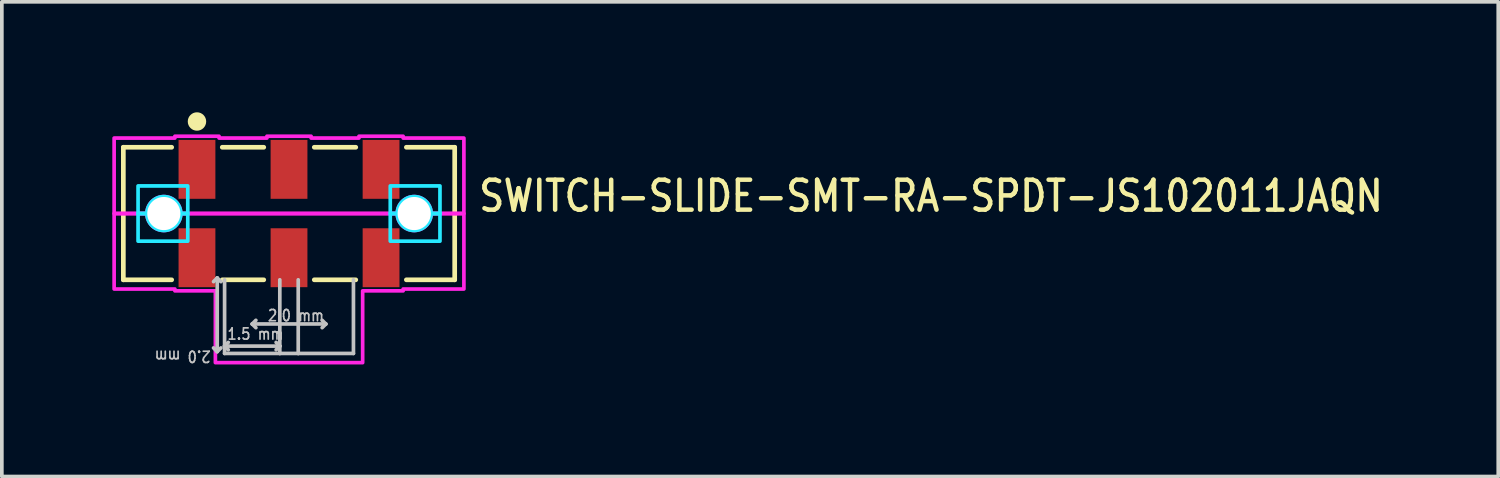
<source format=kicad_pcb>
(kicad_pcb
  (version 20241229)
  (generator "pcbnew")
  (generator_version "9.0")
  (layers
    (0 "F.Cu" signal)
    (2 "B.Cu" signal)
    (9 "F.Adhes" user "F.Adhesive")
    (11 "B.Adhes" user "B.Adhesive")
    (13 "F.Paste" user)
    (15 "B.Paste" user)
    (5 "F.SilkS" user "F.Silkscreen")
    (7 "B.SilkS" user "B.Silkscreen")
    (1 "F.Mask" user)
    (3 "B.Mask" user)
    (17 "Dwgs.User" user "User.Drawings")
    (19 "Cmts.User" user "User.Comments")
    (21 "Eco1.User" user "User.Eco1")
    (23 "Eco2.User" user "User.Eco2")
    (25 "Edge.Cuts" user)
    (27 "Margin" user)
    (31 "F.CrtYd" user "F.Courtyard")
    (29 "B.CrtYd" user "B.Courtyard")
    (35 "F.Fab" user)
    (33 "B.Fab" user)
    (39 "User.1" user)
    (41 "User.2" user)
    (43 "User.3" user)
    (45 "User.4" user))
  (footprint "SWITCH-SLIDE-SMT-RA-SPDT-JS102011JAQN"
    (layer "F.Cu")
    (at 4.8 2.75)
    (property "Reference" "SWITCH-SLIDE-SMT-RA-SPDT-JS102011JAQN" (at 5.096 0 0) (unlocked yes) (layer "F.SilkS") (effects (font (size 0.813 0.695) (thickness 0.122)) (justify left bottom)))
    (fp_line (start -4.5 -1.8) (end -4.5 1.8) (stroke (width 0.127) (type solid)) (layer "F.SilkS"))
    (fp_line (start -3.187 -1.8) (end -4.5 -1.8) (stroke (width 0.127) (type solid)) (layer "F.SilkS"))
    (fp_line (start -3.187 1.8) (end -4.5 1.8) (stroke (width 0.127) (type solid)) (layer "F.SilkS"))
    (fp_line (start -0.686 -1.8) (end -1.813 -1.8) (stroke (width 0.127) (type solid)) (layer "F.SilkS"))
    (fp_line (start -0.686 1.8) (end -1.813 1.8) (stroke (width 0.127) (type solid)) (layer "F.SilkS"))
    (fp_line (start 1.813 -1.8) (end 0.686 -1.8) (stroke (width 0.127) (type solid)) (layer "F.SilkS"))
    (fp_line (start 1.813 1.8) (end 0.686 1.8) (stroke (width 0.127) (type solid)) (layer "F.SilkS"))
    (fp_line (start 3.187 -1.8) (end 4.5 -1.8) (stroke (width 0.127) (type solid)) (layer "F.SilkS"))
    (fp_line (start 3.187 1.8) (end 4.5 1.8) (stroke (width 0.127) (type solid)) (layer "F.SilkS"))
    (fp_line (start 4.5 -1.8) (end 4.5 1.8) (stroke (width 0.127) (type solid)) (layer "F.SilkS"))
    (fp_circle (center -2.5 -2.5) (end -2.25 -2.5) (stroke (width 0) (type solid)) (fill yes) (layer "F.SilkS"))
    (fp_line (start -1.95 1.75) (end -2.05 1.85) (stroke (width 0.1) (type solid)) (layer "Dwgs.User"))
    (fp_line (start -1.95 1.75) (end -1.95 3.75) (stroke (width 0.1) (type solid)) (layer "Dwgs.User"))
    (fp_line (start -1.95 3.75) (end -2.05 3.65) (stroke (width 0.1) (type solid)) (layer "Dwgs.User"))
    (fp_line (start -1.95 3.75) (end -1.85 3.65) (stroke (width 0.1) (type solid)) (layer "Dwgs.User"))
    (fp_line (start -1.85 1.85) (end -1.95 1.75) (stroke (width 0.1) (type solid)) (layer "Dwgs.User"))
    (fp_line (start -1.75 3.6) (end -1.75 1.8) (stroke (width 0.1) (type solid)) (layer "Dwgs.User"))
    (fp_line (start -1.75 3.6) (end -1.65 3.5) (stroke (width 0.1) (type solid)) (layer "Dwgs.User"))
    (fp_line (start -1.75 3.6) (end -1.65 3.7) (stroke (width 0.1) (type solid)) (layer "Dwgs.User"))
    (fp_line (start -1.75 3.6) (end -0.25 3.6) (stroke (width 0.1) (type solid)) (layer "Dwgs.User"))
    (fp_line (start -1.75 3.8) (end -1.75 3.6) (stroke (width 0.1) (type solid)) (layer "Dwgs.User"))
    (fp_line (start -1 3) (end -0.9 2.9) (stroke (width 0.1) (type solid)) (layer "Dwgs.User"))
    (fp_line (start -1 3) (end -0.9 3.1) (stroke (width 0.1) (type solid)) (layer "Dwgs.User"))
    (fp_line (start -0.25 1.8) (end -0.25 3.6) (stroke (width 0.1) (type solid)) (layer "Dwgs.User"))
    (fp_line (start -0.25 3.6) (end -0.35 3.5) (stroke (width 0.1) (type solid)) (layer "Dwgs.User"))
    (fp_line (start -0.25 3.6) (end -0.35 3.7) (stroke (width 0.1) (type solid)) (layer "Dwgs.User"))
    (fp_line (start -0.25 3.6) (end -0.25 3.8) (stroke (width 0.1) (type solid)) (layer "Dwgs.User"))
    (fp_line (start -0.25 3.8) (end -1.75 3.8) (stroke (width 0.1) (type solid)) (layer "Dwgs.User"))
    (fp_line (start 0.25 1.8) (end 0.25 3.8) (stroke (width 0.1) (type solid)) (layer "Dwgs.User"))
    (fp_line (start 0.25 3.8) (end -0.25 3.8) (stroke (width 0.1) (type solid)) (layer "Dwgs.User"))
    (fp_line (start 1 3) (end -1 3) (stroke (width 0.1) (type solid)) (layer "Dwgs.User"))
    (fp_line (start 1 3) (end 0.9 2.9) (stroke (width 0.1) (type solid)) (layer "Dwgs.User"))
    (fp_line (start 1 3) (end 0.9 3.1) (stroke (width 0.1) (type solid)) (layer "Dwgs.User"))
    (fp_line (start 1.75 1.8) (end 1.75 3.8) (stroke (width 0.1) (type solid)) (layer "Dwgs.User"))
    (fp_line (start 1.75 3.8) (end 0.25 3.8) (stroke (width 0.1) (type solid)) (layer "Dwgs.User"))
    (fp_poly (pts (xy -2.75 -0.75) (xy -2.75 0) (xy -2.94 0) (xy -2.94 -0.000078) (xy -2.94 -0.007) (xy -2.94 -0.007) (xy -2.94 -0.014) (xy -2.94 -0.015) (xy -2.941 -0.022) (xy -2.941 -0.022) (xy -2.941 -0.029) (xy -2.941 -0.029) (xy -2.941 -0.036) (xy -2.941 -0.036) (xy -2.942 -0.043) (xy -2.942 -0.043) (xy -2.943 -0.05) (xy -2.943 -0.051) (xy -2.944 -0.058) (xy -2.944 -0.058) (xy -2.945 -0.065) (xy -2.945 -0.065) (xy -2.946 -0.072) (xy -2.946 -0.072) (xy -2.947 -0.079) (xy -2.947 -0.079) (xy -2.948 -0.086) (xy -2.948 -0.086) (xy -2.95 -0.093) (xy -2.95 -0.093) (xy -2.951 -0.1) (xy -2.951 -0.1) (xy -2.953 -0.107) (xy -2.953 -0.107) (xy -2.954 -0.114) (xy -2.954 -0.114) (xy -2.956 -0.121) (xy -2.956 -0.121) (xy -2.958 -0.128) (xy -2.958 -0.128) (xy -2.96 -0.135) (xy -2.96 -0.135) (xy -2.962 -0.142) (xy -2.963 -0.142) (xy -2.965 -0.149) (xy -2.965 -0.149) (xy -2.967 -0.156) (xy -2.967 -0.156) (xy -2.97 -0.163) (xy -2.97 -0.163) (xy -2.972 -0.169) (xy -2.972 -0.169) (xy -2.975 -0.176) (xy -2.975 -0.176) (xy -2.978 -0.183) (xy -2.978 -0.183) (xy -2.981 -0.189) (xy -2.981 -0.189) (xy -2.984 -0.196) (xy -2.984 -0.196) (xy -2.987 -0.202) (xy -2.987 -0.202) (xy -2.99 -0.209) (xy -2.99 -0.209) (xy -2.993 -0.215) (xy -2.994 -0.215) (xy -2.997 -0.222) (xy -2.997 -0.222) (xy -3 -0.228) (xy -3 -0.228) (xy -3.004 -0.234) (xy -3.004 -0.234) (xy -3.008 -0.24) (xy -3.008 -0.24) (xy -3.012 -0.246) (xy -3.012 -0.247) (xy -3.015 -0.252) (xy -3.016 -0.253) (xy -3.019 -0.258) (xy -3.02 -0.259) (xy -3.024 -0.264) (xy -3.024 -0.265) (xy -3.028 -0.27) (xy -3.028 -0.27) (xy -3.032 -0.276) (xy -3.032 -0.276) (xy -3.036 -0.282) (xy -3.037 -0.282) (xy -3.041 -0.288) (xy -3.041 -0.288) (xy -3.046 -0.293) (xy -3.046 -0.293) (xy -3.05 -0.299) (xy -3.05 -0.299) (xy -3.055 -0.304) (xy -3.055 -0.304) (xy -3.06 -0.31) (xy -3.06 -0.31) (xy -3.065 -0.315) (xy -3.065 -0.315) (xy -3.07 -0.32) (xy -3.07 -0.32) (xy -3.075 -0.325) (xy -3.075 -0.325) (xy -3.08 -0.33) (xy -3.08 -0.33) (xy -3.085 -0.335) (xy -3.085 -0.335) (xy -3.09 -0.34) (xy -3.09 -0.34) (xy -3.096 -0.345) (xy -3.096 -0.345) (xy -3.101 -0.35) (xy -3.101 -0.35) (xy -3.107 -0.354) (xy -3.107 -0.354) (xy -3.112 -0.359) (xy -3.112 -0.359) (xy -3.118 -0.363) (xy -3.118 -0.364) (xy -3.124 -0.368) (xy -3.124 -0.368) (xy -3.13 -0.372) (xy -3.13 -0.372) (xy -3.135 -0.376) (xy -3.136 -0.376) (xy -3.141 -0.38) (xy -3.142 -0.381) (xy -3.147 -0.384) (xy -3.148 -0.385) (xy -3.153 -0.388) (xy -3.154 -0.388) (xy -3.16 -0.392) (xy -3.16 -0.392) (xy -3.166 -0.396) (xy -3.166 -0.396) (xy -3.172 -0.4) (xy -3.172 -0.4) (xy -3.178 -0.403) (xy -3.178 -0.403) (xy -3.185 -0.406) (xy -3.185 -0.407) (xy -3.191 -0.41) (xy -3.191 -0.41) (xy -3.198 -0.413) (xy -3.198 -0.413) (xy -3.204 -0.416) (xy -3.204 -0.416) (xy -3.211 -0.419) (xy -3.211 -0.419) (xy -3.217 -0.422) (xy -3.217 -0.422) (xy -3.224 -0.425) (xy -3.224 -0.425) (xy -3.231 -0.428) (xy -3.231 -0.428) (xy -3.237 -0.43) (xy -3.237 -0.43) (xy -3.244 -0.433) (xy -3.244 -0.433) (xy -3.251 -0.435) (xy -3.251 -0.435) (xy -3.258 -0.437) (xy -3.258 -0.438) (xy -3.265 -0.44) (xy -3.265 -0.44) (xy -3.272 -0.442) (xy -3.272 -0.442) (xy -3.279 -0.444) (xy -3.279 -0.444) (xy -3.286 -0.446) (xy -3.286 -0.446) (xy -3.293 -0.447) (xy -3.293 -0.447) (xy -3.3 -0.449) (xy -3.3 -0.449) (xy -3.307 -0.45) (xy -3.307 -0.45) (xy -3.314 -0.452) (xy -3.314 -0.452) (xy -3.321 -0.453) (xy -3.321 -0.453) (xy -3.328 -0.454) (xy -3.328 -0.454) (xy -3.335 -0.455) (xy -3.335 -0.455) (xy -3.342 -0.456) (xy -3.342 -0.456) (xy -3.349 -0.457) (xy -3.35 -0.457) (xy -3.357 -0.458) (xy -3.357 -0.458) (xy -3.364 -0.459) (xy -3.364 -0.459) (xy -3.371 -0.459) (xy -3.371 -0.459) (xy -3.378 -0.459) (xy -3.378 -0.459) (xy -3.385 -0.46) (xy -3.386 -0.46) (xy -3.393 -0.46) (xy -3.393 -0.46) (xy -3.4 -0.46) (xy -3.4 -0.46) (xy -3.407 -0.46) (xy -3.407 -0.46) (xy -3.414 -0.46) (xy -3.415 -0.46) (xy -3.422 -0.459) (xy -3.422 -0.459) (xy -3.429 -0.459) (xy -3.429 -0.459) (xy -3.436 -0.459) (xy -3.436 -0.459) (xy -3.443 -0.458) (xy -3.443 -0.458) (xy -3.45 -0.457) (xy -3.451 -0.457) (xy -3.458 -0.456) (xy -3.458 -0.456) (xy -3.465 -0.455) (xy -3.465 -0.455) (xy -3.472 -0.454) (xy -3.472 -0.454) (xy -3.479 -0.453) (xy -3.479 -0.453) (xy -3.486 -0.452) (xy -3.486 -0.452) (xy -3.493 -0.45) (xy -3.493 -0.45) (xy -3.5 -0.449) (xy -3.5 -0.449) (xy -3.507 -0.447) (xy -3.507 -0.447) (xy -3.514 -0.446) (xy -3.514 -0.446) (xy -3.521 -0.444) (xy -3.521 -0.444) (xy -3.528 -0.442) (xy -3.528 -0.442) (xy -3.535 -0.44) (xy -3.535 -0.44) (xy -3.542 -0.438) (xy -3.542 -0.437) (xy -3.549 -0.435) (xy -3.549 -0.435) (xy -3.556 -0.433) (xy -3.556 -0.433) (xy -3.563 -0.43) (xy -3.563 -0.43) (xy -3.569 -0.428) (xy -3.569 -0.428) (xy -3.576 -0.425) (xy -3.576 -0.425) (xy -3.583 -0.422) (xy -3.583 -0.422) (xy -3.589 -0.419) (xy -3.589 -0.419) (xy -3.596 -0.416) (xy -3.596 -0.416) (xy -3.602 -0.413) (xy -3.602 -0.413) (xy -3.609 -0.41) (xy -3.609 -0.41) (xy -3.615 -0.407) (xy -3.615 -0.406) (xy -3.622 -0.403) (xy -3.622 -0.403) (xy -3.628 -0.4) (xy -3.628 -0.4) (xy -3.634 -0.396) (xy -3.634 -0.396) (xy -3.64 -0.392) (xy -3.64 -0.392) (xy -3.646 -0.388) (xy -3.647 -0.388) (xy -3.652 -0.385) (xy -3.653 -0.384) (xy -3.658 -0.381) (xy -3.659 -0.38) (xy -3.664 -0.376) (xy -3.665 -0.376) (xy -3.67 -0.372) (xy -3.67 -0.372) (xy -3.676 -0.368) (xy -3.676 -0.368) (xy -3.682 -0.364) (xy -3.682 -0.363) (xy -3.688 -0.359) (xy -3.688 -0.359) (xy -3.693 -0.354) (xy -3.693 -0.354) (xy -3.699 -0.35) (xy -3.699 -0.35) (xy -3.704 -0.345) (xy -3.704 -0.345) (xy -3.71 -0.34) (xy -3.71 -0.34) (xy -3.715 -0.335) (xy -3.715 -0.335) (xy -3.72 -0.33) (xy -3.72 -0.33) (xy -3.725 -0.325) (xy -3.725 -0.325) (xy -3.73 -0.32) (xy -3.73 -0.32) (xy -3.735 -0.315) (xy -3.735 -0.315) (xy -3.74 -0.31) (xy -3.74 -0.31) (xy -3.745 -0.304) (xy -3.745 -0.304) (xy -3.75 -0.299) (xy -3.75 -0.299) (xy -3.754 -0.293) (xy -3.754 -0.293) (xy -3.759 -0.288) (xy -3.759 -0.288) (xy -3.763 -0.282) (xy -3.764 -0.282) (xy -3.768 -0.276) (xy -3.768 -0.276) (xy -3.772 -0.27) (xy -3.772 -0.27) (xy -3.776 -0.265) (xy -3.776 -0.264) (xy -3.78 -0.259) (xy -3.78 -0.258) (xy -3.784 -0.253) (xy -3.785 -0.252) (xy -3.788 -0.247) (xy -3.788 -0.246) (xy -3.792 -0.24) (xy -3.792 -0.24) (xy -3.796 -0.234) (xy -3.796 -0.234) (xy -3.8 -0.228) (xy -3.8 -0.228) (xy -3.803 -0.222) (xy -3.803 -0.222) (xy -3.806 -0.215) (xy -3.807 -0.215) (xy -3.81 -0.209) (xy -3.81 -0.209) (xy -3.813 -0.202) (xy -3.813 -0.202) (xy -3.816 -0.196) (xy -3.816 -0.196) (xy -3.819 -0.189) (xy -3.819 -0.189) (xy -3.822 -0.183) (xy -3.822 -0.183) (xy -3.825 -0.176) (xy -3.825 -0.176) (xy -3.828 -0.169) (xy -3.828 -0.169) (xy -3.83 -0.163) (xy -3.83 -0.163) (xy -3.833 -0.156) (xy -3.833 -0.156) (xy -3.835 -0.149) (xy -3.835 -0.149) (xy -3.837 -0.142) (xy -3.838 -0.142) (xy -3.84 -0.135) (xy -3.84 -0.135) (xy -3.842 -0.128) (xy -3.842 -0.128) (xy -3.844 -0.121) (xy -3.844 -0.121) (xy -3.846 -0.114) (xy -3.846 -0.114) (xy -3.847 -0.107) (xy -3.847 -0.107) (xy -3.849 -0.1) (xy -3.849 -0.1) (xy -3.85 -0.093) (xy -3.85 -0.093) (xy -3.852 -0.086) (xy -3.852 -0.086) (xy -3.853 -0.079) (xy -3.853 -0.079) (xy -3.854 -0.072) (xy -3.854 -0.072) (xy -3.855 -0.065) (xy -3.855 -0.065) (xy -3.856 -0.058) (xy -3.856 -0.058) (xy -3.857 -0.051) (xy -3.857 -0.05) (xy -3.858 -0.043) (xy -3.858 -0.043) (xy -3.859 -0.036) (xy -3.859 -0.036) (xy -3.859 -0.029) (xy -3.859 -0.029) (xy -3.859 -0.022) (xy -3.859 -0.022) (xy -3.86 -0.015) (xy -3.86 -0.014) (xy -3.86 -0.007) (xy -3.86 -0.007) (xy -3.86 -0.000078) (xy -3.86 0) (xy -4.1 0) (xy -4.1 -0.75)) (stroke (width 0.1) (type solid)) (fill no) (layer "B.CrtYd"))
    (fp_poly (pts (xy -2.75 0) (xy -2.75 0.75) (xy -4.1 0.75) (xy -4.1 0) (xy -3.86 0) (xy -3.86 0.000078) (xy -3.86 0.007) (xy -3.86 0.007) (xy -3.86 0.014) (xy -3.86 0.015) (xy -3.859 0.022) (xy -3.859 0.022) (xy -3.859 0.029) (xy -3.859 0.029) (xy -3.859 0.036) (xy -3.859 0.036) (xy -3.858 0.043) (xy -3.858 0.043) (xy -3.857 0.05) (xy -3.857 0.051) (xy -3.856 0.058) (xy -3.856 0.058) (xy -3.855 0.065) (xy -3.855 0.065) (xy -3.854 0.072) (xy -3.854 0.072) (xy -3.853 0.079) (xy -3.853 0.079) (xy -3.852 0.086) (xy -3.852 0.086) (xy -3.85 0.093) (xy -3.85 0.093) (xy -3.849 0.1) (xy -3.849 0.1) (xy -3.847 0.107) (xy -3.847 0.107) (xy -3.846 0.114) (xy -3.846 0.114) (xy -3.844 0.121) (xy -3.844 0.121) (xy -3.842 0.128) (xy -3.842 0.128) (xy -3.84 0.135) (xy -3.84 0.135) (xy -3.838 0.142) (xy -3.837 0.142) (xy -3.835 0.149) (xy -3.835 0.149) (xy -3.833 0.156) (xy -3.833 0.156) (xy -3.83 0.163) (xy -3.83 0.163) (xy -3.828 0.169) (xy -3.828 0.169) (xy -3.825 0.176) (xy -3.825 0.176) (xy -3.822 0.183) (xy -3.822 0.183) (xy -3.819 0.189) (xy -3.819 0.189) (xy -3.816 0.196) (xy -3.816 0.196) (xy -3.813 0.202) (xy -3.813 0.202) (xy -3.81 0.209) (xy -3.81 0.209) (xy -3.807 0.215) (xy -3.806 0.215) (xy -3.803 0.222) (xy -3.803 0.222) (xy -3.8 0.228) (xy -3.8 0.228) (xy -3.796 0.234) (xy -3.796 0.234) (xy -3.792 0.24) (xy -3.792 0.24) (xy -3.788 0.246) (xy -3.788 0.247) (xy -3.785 0.252) (xy -3.784 0.253) (xy -3.78 0.258) (xy -3.78 0.259) (xy -3.776 0.264) (xy -3.776 0.265) (xy -3.772 0.27) (xy -3.772 0.27) (xy -3.768 0.276) (xy -3.768 0.276) (xy -3.764 0.282) (xy -3.763 0.282) (xy -3.759 0.288) (xy -3.759 0.288) (xy -3.754 0.293) (xy -3.754 0.293) (xy -3.75 0.299) (xy -3.75 0.299) (xy -3.745 0.304) (xy -3.745 0.304) (xy -3.74 0.31) (xy -3.74 0.31) (xy -3.735 0.315) (xy -3.735 0.315) (xy -3.73 0.32) (xy -3.73 0.32) (xy -3.725 0.325) (xy -3.725 0.325) (xy -3.72 0.33) (xy -3.72 0.33) (xy -3.715 0.335) (xy -3.715 0.335) (xy -3.71 0.34) (xy -3.71 0.34) (xy -3.704 0.345) (xy -3.704 0.345) (xy -3.699 0.35) (xy -3.699 0.35) (xy -3.693 0.354) (xy -3.693 0.354) (xy -3.688 0.359) (xy -3.688 0.359) (xy -3.682 0.363) (xy -3.682 0.364) (xy -3.676 0.368) (xy -3.676 0.368) (xy -3.67 0.372) (xy -3.67 0.372) (xy -3.665 0.376) (xy -3.664 0.376) (xy -3.659 0.38) (xy -3.658 0.381) (xy -3.653 0.384) (xy -3.652 0.385) (xy -3.647 0.388) (xy -3.646 0.388) (xy -3.64 0.392) (xy -3.64 0.392) (xy -3.634 0.396) (xy -3.634 0.396) (xy -3.628 0.4) (xy -3.628 0.4) (xy -3.622 0.403) (xy -3.622 0.403) (xy -3.615 0.406) (xy -3.615 0.407) (xy -3.609 0.41) (xy -3.609 0.41) (xy -3.602 0.413) (xy -3.602 0.413) (xy -3.596 0.416) (xy -3.596 0.416) (xy -3.589 0.419) (xy -3.589 0.419) (xy -3.583 0.422) (xy -3.583 0.422) (xy -3.576 0.425) (xy -3.576 0.425) (xy -3.569 0.428) (xy -3.569 0.428) (xy -3.563 0.43) (xy -3.563 0.43) (xy -3.556 0.433) (xy -3.556 0.433) (xy -3.549 0.435) (xy -3.549 0.435) (xy -3.542 0.437) (xy -3.542 0.438) (xy -3.535 0.44) (xy -3.535 0.44) (xy -3.528 0.442) (xy -3.528 0.442) (xy -3.521 0.444) (xy -3.521 0.444) (xy -3.514 0.446) (xy -3.514 0.446) (xy -3.507 0.447) (xy -3.507 0.447) (xy -3.5 0.449) (xy -3.5 0.449) (xy -3.493 0.45) (xy -3.493 0.45) (xy -3.486 0.452) (xy -3.486 0.452) (xy -3.479 0.453) (xy -3.479 0.453) (xy -3.472 0.454) (xy -3.472 0.454) (xy -3.465 0.455) (xy -3.465 0.455) (xy -3.458 0.456) (xy -3.458 0.456) (xy -3.451 0.457) (xy -3.45 0.457) (xy -3.443 0.458) (xy -3.443 0.458) (xy -3.436 0.459) (xy -3.436 0.459) (xy -3.429 0.459) (xy -3.429 0.459) (xy -3.422 0.459) (xy -3.422 0.459) (xy -3.415 0.46) (xy -3.414 0.46) (xy -3.407 0.46) (xy -3.407 0.46) (xy -3.4 0.46) (xy -3.4 0.46) (xy -3.393 0.46) (xy -3.393 0.46) (xy -3.386 0.46) (xy -3.385 0.46) (xy -3.378 0.459) (xy -3.378 0.459) (xy -3.371 0.459) (xy -3.371 0.459) (xy -3.364 0.459) (xy -3.364 0.459) (xy -3.357 0.458) (xy -3.357 0.458) (xy -3.35 0.457) (xy -3.349 0.457) (xy -3.342 0.456) (xy -3.342 0.456) (xy -3.335 0.455) (xy -3.335 0.455) (xy -3.328 0.454) (xy -3.328 0.454) (xy -3.321 0.453) (xy -3.321 0.453) (xy -3.314 0.452) (xy -3.314 0.452) (xy -3.307 0.45) (xy -3.307 0.45) (xy -3.3 0.449) (xy -3.3 0.449) (xy -3.293 0.447) (xy -3.293 0.447) (xy -3.286 0.446) (xy -3.286 0.446) (xy -3.279 0.444) (xy -3.279 0.444) (xy -3.272 0.442) (xy -3.272 0.442) (xy -3.265 0.44) (xy -3.265 0.44) (xy -3.258 0.438) (xy -3.258 0.437) (xy -3.251 0.435) (xy -3.251 0.435) (xy -3.244 0.433) (xy -3.244 0.433) (xy -3.237 0.43) (xy -3.237 0.43) (xy -3.231 0.428) (xy -3.231 0.428) (xy -3.224 0.425) (xy -3.224 0.425) (xy -3.217 0.422) (xy -3.217 0.422) (xy -3.211 0.419) (xy -3.211 0.419) (xy -3.204 0.416) (xy -3.204 0.416) (xy -3.198 0.413) (xy -3.198 0.413) (xy -3.191 0.41) (xy -3.191 0.41) (xy -3.185 0.407) (xy -3.185 0.406) (xy -3.178 0.403) (xy -3.178 0.403) (xy -3.172 0.4) (xy -3.172 0.4) (xy -3.166 0.396) (xy -3.166 0.396) (xy -3.16 0.392) (xy -3.16 0.392) (xy -3.154 0.388) (xy -3.153 0.388) (xy -3.148 0.385) (xy -3.147 0.384) (xy -3.142 0.381) (xy -3.141 0.38) (xy -3.136 0.376) (xy -3.135 0.376) (xy -3.13 0.372) (xy -3.13 0.372) (xy -3.124 0.368) (xy -3.124 0.368) (xy -3.118 0.364) (xy -3.118 0.363) (xy -3.112 0.359) (xy -3.112 0.359) (xy -3.107 0.354) (xy -3.107 0.354) (xy -3.101 0.35) (xy -3.101 0.35) (xy -3.096 0.345) (xy -3.096 0.345) (xy -3.09 0.34) (xy -3.09 0.34) (xy -3.085 0.335) (xy -3.085 0.335) (xy -3.08 0.33) (xy -3.08 0.33) (xy -3.075 0.325) (xy -3.075 0.325) (xy -3.07 0.32) (xy -3.07 0.32) (xy -3.065 0.315) (xy -3.065 0.315) (xy -3.06 0.31) (xy -3.06 0.31) (xy -3.055 0.304) (xy -3.055 0.304) (xy -3.05 0.299) (xy -3.05 0.299) (xy -3.046 0.293) (xy -3.046 0.293) (xy -3.041 0.288) (xy -3.041 0.288) (xy -3.037 0.282) (xy -3.036 0.282) (xy -3.032 0.276) (xy -3.032 0.276) (xy -3.028 0.27) (xy -3.028 0.27) (xy -3.024 0.265) (xy -3.024 0.264) (xy -3.02 0.259) (xy -3.019 0.258) (xy -3.016 0.253) (xy -3.015 0.252) (xy -3.012 0.247) (xy -3.012 0.246) (xy -3.008 0.24) (xy -3.008 0.24) (xy -3.004 0.234) (xy -3.004 0.234) (xy -3 0.228) (xy -3 0.228) (xy -2.997 0.222) (xy -2.997 0.222) (xy -2.994 0.215) (xy -2.993 0.215) (xy -2.99 0.209) (xy -2.99 0.209) (xy -2.987 0.202) (xy -2.987 0.202) (xy -2.984 0.196) (xy -2.984 0.196) (xy -2.981 0.189) (xy -2.981 0.189) (xy -2.978 0.183) (xy -2.978 0.183) (xy -2.975 0.176) (xy -2.975 0.176) (xy -2.972 0.169) (xy -2.972 0.169) (xy -2.97 0.163) (xy -2.97 0.163) (xy -2.967 0.156) (xy -2.967 0.156) (xy -2.965 0.149) (xy -2.965 0.149) (xy -2.963 0.142) (xy -2.962 0.142) (xy -2.96 0.135) (xy -2.96 0.135) (xy -2.958 0.128) (xy -2.958 0.128) (xy -2.956 0.121) (xy -2.956 0.121) (xy -2.954 0.114) (xy -2.954 0.114) (xy -2.953 0.107) (xy -2.953 0.107) (xy -2.951 0.1) (xy -2.951 0.1) (xy -2.95 0.093) (xy -2.95 0.093) (xy -2.948 0.086) (xy -2.948 0.086) (xy -2.947 0.079) (xy -2.947 0.079) (xy -2.946 0.072) (xy -2.946 0.072) (xy -2.945 0.065) (xy -2.945 0.065) (xy -2.944 0.058) (xy -2.944 0.058) (xy -2.943 0.051) (xy -2.943 0.05) (xy -2.942 0.043) (xy -2.942 0.043) (xy -2.941 0.036) (xy -2.941 0.036) (xy -2.941 0.029) (xy -2.941 0.029) (xy -2.941 0.022) (xy -2.941 0.022) (xy -2.94 0.015) (xy -2.94 0.014) (xy -2.94 0.007) (xy -2.94 0.007) (xy -2.94 0.000078) (xy -2.94 0)) (stroke (width 0.1) (type solid)) (fill no) (layer "B.CrtYd"))
    (fp_poly (pts (xy 4.1 -0.75) (xy 4.1 0) (xy 3.86 0) (xy 3.86 -0.000078) (xy 3.86 -0.007) (xy 3.86 -0.007) (xy 3.86 -0.014) (xy 3.86 -0.015) (xy 3.859 -0.022) (xy 3.859 -0.022) (xy 3.859 -0.029) (xy 3.859 -0.029) (xy 3.859 -0.036) (xy 3.859 -0.036) (xy 3.858 -0.043) (xy 3.858 -0.043) (xy 3.857 -0.05) (xy 3.857 -0.051) (xy 3.856 -0.058) (xy 3.856 -0.058) (xy 3.855 -0.065) (xy 3.855 -0.065) (xy 3.854 -0.072) (xy 3.854 -0.072) (xy 3.853 -0.079) (xy 3.853 -0.079) (xy 3.852 -0.086) (xy 3.852 -0.086) (xy 3.85 -0.093) (xy 3.85 -0.093) (xy 3.849 -0.1) (xy 3.849 -0.1) (xy 3.847 -0.107) (xy 3.847 -0.107) (xy 3.846 -0.114) (xy 3.846 -0.114) (xy 3.844 -0.121) (xy 3.844 -0.121) (xy 3.842 -0.128) (xy 3.842 -0.128) (xy 3.84 -0.135) (xy 3.84 -0.135) (xy 3.838 -0.142) (xy 3.837 -0.142) (xy 3.835 -0.149) (xy 3.835 -0.149) (xy 3.833 -0.156) (xy 3.833 -0.156) (xy 3.83 -0.163) (xy 3.83 -0.163) (xy 3.828 -0.169) (xy 3.828 -0.169) (xy 3.825 -0.176) (xy 3.825 -0.176) (xy 3.822 -0.183) (xy 3.822 -0.183) (xy 3.819 -0.189) (xy 3.819 -0.189) (xy 3.816 -0.196) (xy 3.816 -0.196) (xy 3.813 -0.202) (xy 3.813 -0.202) (xy 3.81 -0.209) (xy 3.81 -0.209) (xy 3.807 -0.215) (xy 3.806 -0.215) (xy 3.803 -0.222) (xy 3.803 -0.222) (xy 3.8 -0.228) (xy 3.8 -0.228) (xy 3.796 -0.234) (xy 3.796 -0.234) (xy 3.792 -0.24) (xy 3.792 -0.24) (xy 3.788 -0.246) (xy 3.788 -0.247) (xy 3.785 -0.252) (xy 3.784 -0.253) (xy 3.78 -0.258) (xy 3.78 -0.259) (xy 3.776 -0.264) (xy 3.776 -0.265) (xy 3.772 -0.27) (xy 3.772 -0.27) (xy 3.768 -0.276) (xy 3.768 -0.276) (xy 3.764 -0.282) (xy 3.763 -0.282) (xy 3.759 -0.288) (xy 3.759 -0.288) (xy 3.754 -0.293) (xy 3.754 -0.293) (xy 3.75 -0.299) (xy 3.75 -0.299) (xy 3.745 -0.304) (xy 3.745 -0.304) (xy 3.74 -0.31) (xy 3.74 -0.31) (xy 3.735 -0.315) (xy 3.735 -0.315) (xy 3.73 -0.32) (xy 3.73 -0.32) (xy 3.725 -0.325) (xy 3.725 -0.325) (xy 3.72 -0.33) (xy 3.72 -0.33) (xy 3.715 -0.335) (xy 3.715 -0.335) (xy 3.71 -0.34) (xy 3.71 -0.34) (xy 3.704 -0.345) (xy 3.704 -0.345) (xy 3.699 -0.35) (xy 3.699 -0.35) (xy 3.693 -0.354) (xy 3.693 -0.354) (xy 3.688 -0.359) (xy 3.688 -0.359) (xy 3.682 -0.363) (xy 3.682 -0.364) (xy 3.676 -0.368) (xy 3.676 -0.368) (xy 3.67 -0.372) (xy 3.67 -0.372) (xy 3.665 -0.376) (xy 3.664 -0.376) (xy 3.659 -0.38) (xy 3.658 -0.381) (xy 3.653 -0.384) (xy 3.652 -0.385) (xy 3.647 -0.388) (xy 3.646 -0.388) (xy 3.64 -0.392) (xy 3.64 -0.392) (xy 3.634 -0.396) (xy 3.634 -0.396) (xy 3.628 -0.4) (xy 3.628 -0.4) (xy 3.622 -0.403) (xy 3.622 -0.403) (xy 3.615 -0.406) (xy 3.615 -0.407) (xy 3.609 -0.41) (xy 3.609 -0.41) (xy 3.602 -0.413) (xy 3.602 -0.413) (xy 3.596 -0.416) (xy 3.596 -0.416) (xy 3.589 -0.419) (xy 3.589 -0.419) (xy 3.583 -0.422) (xy 3.583 -0.422) (xy 3.576 -0.425) (xy 3.576 -0.425) (xy 3.569 -0.428) (xy 3.569 -0.428) (xy 3.563 -0.43) (xy 3.563 -0.43) (xy 3.556 -0.433) (xy 3.556 -0.433) (xy 3.549 -0.435) (xy 3.549 -0.435) (xy 3.542 -0.437) (xy 3.542 -0.438) (xy 3.535 -0.44) (xy 3.535 -0.44) (xy 3.528 -0.442) (xy 3.528 -0.442) (xy 3.521 -0.444) (xy 3.521 -0.444) (xy 3.514 -0.446) (xy 3.514 -0.446) (xy 3.507 -0.447) (xy 3.507 -0.447) (xy 3.5 -0.449) (xy 3.5 -0.449) (xy 3.493 -0.45) (xy 3.493 -0.45) (xy 3.486 -0.452) (xy 3.486 -0.452) (xy 3.479 -0.453) (xy 3.479 -0.453) (xy 3.472 -0.454) (xy 3.472 -0.454) (xy 3.465 -0.455) (xy 3.465 -0.455) (xy 3.458 -0.456) (xy 3.458 -0.456) (xy 3.451 -0.457) (xy 3.45 -0.457) (xy 3.443 -0.458) (xy 3.443 -0.458) (xy 3.436 -0.459) (xy 3.436 -0.459) (xy 3.429 -0.459) (xy 3.429 -0.459) (xy 3.422 -0.459) (xy 3.422 -0.459) (xy 3.415 -0.46) (xy 3.414 -0.46) (xy 3.407 -0.46) (xy 3.407 -0.46) (xy 3.4 -0.46) (xy 3.4 -0.46) (xy 3.393 -0.46) (xy 3.393 -0.46) (xy 3.386 -0.46) (xy 3.385 -0.46) (xy 3.378 -0.459) (xy 3.378 -0.459) (xy 3.371 -0.459) (xy 3.371 -0.459) (xy 3.364 -0.459) (xy 3.364 -0.459) (xy 3.357 -0.458) (xy 3.357 -0.458) (xy 3.35 -0.457) (xy 3.349 -0.457) (xy 3.342 -0.456) (xy 3.342 -0.456) (xy 3.335 -0.455) (xy 3.335 -0.455) (xy 3.328 -0.454) (xy 3.328 -0.454) (xy 3.321 -0.453) (xy 3.321 -0.453) (xy 3.314 -0.452) (xy 3.314 -0.452) (xy 3.307 -0.45) (xy 3.307 -0.45) (xy 3.3 -0.449) (xy 3.3 -0.449) (xy 3.293 -0.447) (xy 3.293 -0.447) (xy 3.286 -0.446) (xy 3.286 -0.446) (xy 3.279 -0.444) (xy 3.279 -0.444) (xy 3.272 -0.442) (xy 3.272 -0.442) (xy 3.265 -0.44) (xy 3.265 -0.44) (xy 3.258 -0.438) (xy 3.258 -0.437) (xy 3.251 -0.435) (xy 3.251 -0.435) (xy 3.244 -0.433) (xy 3.244 -0.433) (xy 3.237 -0.43) (xy 3.237 -0.43) (xy 3.231 -0.428) (xy 3.231 -0.428) (xy 3.224 -0.425) (xy 3.224 -0.425) (xy 3.217 -0.422) (xy 3.217 -0.422) (xy 3.211 -0.419) (xy 3.211 -0.419) (xy 3.204 -0.416) (xy 3.204 -0.416) (xy 3.198 -0.413) (xy 3.198 -0.413) (xy 3.191 -0.41) (xy 3.191 -0.41) (xy 3.185 -0.407) (xy 3.185 -0.406) (xy 3.178 -0.403) (xy 3.178 -0.403) (xy 3.172 -0.4) (xy 3.172 -0.4) (xy 3.166 -0.396) (xy 3.166 -0.396) (xy 3.16 -0.392) (xy 3.16 -0.392) (xy 3.154 -0.388) (xy 3.153 -0.388) (xy 3.148 -0.385) (xy 3.147 -0.384) (xy 3.142 -0.381) (xy 3.141 -0.38) (xy 3.136 -0.376) (xy 3.135 -0.376) (xy 3.13 -0.372) (xy 3.13 -0.372) (xy 3.124 -0.368) (xy 3.124 -0.368) (xy 3.118 -0.364) (xy 3.118 -0.363) (xy 3.112 -0.359) (xy 3.112 -0.359) (xy 3.107 -0.354) (xy 3.107 -0.354) (xy 3.101 -0.35) (xy 3.101 -0.35) (xy 3.096 -0.345) (xy 3.096 -0.345) (xy 3.09 -0.34) (xy 3.09 -0.34) (xy 3.085 -0.335) (xy 3.085 -0.335) (xy 3.08 -0.33) (xy 3.08 -0.33) (xy 3.075 -0.325) (xy 3.075 -0.325) (xy 3.07 -0.32) (xy 3.07 -0.32) (xy 3.065 -0.315) (xy 3.065 -0.315) (xy 3.06 -0.31) (xy 3.06 -0.31) (xy 3.055 -0.304) (xy 3.055 -0.304) (xy 3.05 -0.299) (xy 3.05 -0.299) (xy 3.046 -0.293) (xy 3.046 -0.293) (xy 3.041 -0.288) (xy 3.041 -0.288) (xy 3.037 -0.282) (xy 3.036 -0.282) (xy 3.032 -0.276) (xy 3.032 -0.276) (xy 3.028 -0.27) (xy 3.028 -0.27) (xy 3.024 -0.265) (xy 3.024 -0.264) (xy 3.02 -0.259) (xy 3.019 -0.258) (xy 3.016 -0.253) (xy 3.015 -0.252) (xy 3.012 -0.247) (xy 3.012 -0.246) (xy 3.008 -0.24) (xy 3.008 -0.24) (xy 3.004 -0.234) (xy 3.004 -0.234) (xy 3 -0.228) (xy 3 -0.228) (xy 2.997 -0.222) (xy 2.997 -0.222) (xy 2.994 -0.215) (xy 2.993 -0.215) (xy 2.99 -0.209) (xy 2.99 -0.209) (xy 2.987 -0.202) (xy 2.987 -0.202) (xy 2.984 -0.196) (xy 2.984 -0.196) (xy 2.981 -0.189) (xy 2.981 -0.189) (xy 2.978 -0.183) (xy 2.978 -0.183) (xy 2.975 -0.176) (xy 2.975 -0.176) (xy 2.972 -0.169) (xy 2.972 -0.169) (xy 2.97 -0.163) (xy 2.97 -0.163) (xy 2.967 -0.156) (xy 2.967 -0.156) (xy 2.965 -0.149) (xy 2.965 -0.149) (xy 2.963 -0.142) (xy 2.962 -0.142) (xy 2.96 -0.135) (xy 2.96 -0.135) (xy 2.958 -0.128) (xy 2.958 -0.128) (xy 2.956 -0.121) (xy 2.956 -0.121) (xy 2.954 -0.114) (xy 2.954 -0.114) (xy 2.953 -0.107) (xy 2.953 -0.107) (xy 2.951 -0.1) (xy 2.951 -0.1) (xy 2.95 -0.093) (xy 2.95 -0.093) (xy 2.948 -0.086) (xy 2.948 -0.086) (xy 2.947 -0.079) (xy 2.947 -0.079) (xy 2.946 -0.072) (xy 2.946 -0.072) (xy 2.945 -0.065) (xy 2.945 -0.065) (xy 2.944 -0.058) (xy 2.944 -0.058) (xy 2.943 -0.051) (xy 2.943 -0.05) (xy 2.942 -0.043) (xy 2.942 -0.043) (xy 2.941 -0.036) (xy 2.941 -0.036) (xy 2.941 -0.029) (xy 2.941 -0.029) (xy 2.941 -0.022) (xy 2.941 -0.022) (xy 2.94 -0.015) (xy 2.94 -0.014) (xy 2.94 -0.007) (xy 2.94 -0.007) (xy 2.94 -0.000078) (xy 2.94 0) (xy 2.75 0) (xy 2.75 -0.75)) (stroke (width 0.1) (type solid)) (fill no) (layer "B.CrtYd"))
    (fp_poly (pts (xy 4.1 0) (xy 4.1 0.75) (xy 2.75 0.75) (xy 2.75 0) (xy 2.94 0) (xy 2.94 0.000078) (xy 2.94 0.007) (xy 2.94 0.007) (xy 2.94 0.014) (xy 2.94 0.015) (xy 2.941 0.022) (xy 2.941 0.022) (xy 2.941 0.029) (xy 2.941 0.029) (xy 2.941 0.036) (xy 2.941 0.036) (xy 2.942 0.043) (xy 2.942 0.043) (xy 2.943 0.05) (xy 2.943 0.051) (xy 2.944 0.058) (xy 2.944 0.058) (xy 2.945 0.065) (xy 2.945 0.065) (xy 2.946 0.072) (xy 2.946 0.072) (xy 2.947 0.079) (xy 2.947 0.079) (xy 2.948 0.086) (xy 2.948 0.086) (xy 2.95 0.093) (xy 2.95 0.093) (xy 2.951 0.1) (xy 2.951 0.1) (xy 2.953 0.107) (xy 2.953 0.107) (xy 2.954 0.114) (xy 2.954 0.114) (xy 2.956 0.121) (xy 2.956 0.121) (xy 2.958 0.128) (xy 2.958 0.128) (xy 2.96 0.135) (xy 2.96 0.135) (xy 2.962 0.142) (xy 2.963 0.142) (xy 2.965 0.149) (xy 2.965 0.149) (xy 2.967 0.156) (xy 2.967 0.156) (xy 2.97 0.163) (xy 2.97 0.163) (xy 2.972 0.169) (xy 2.972 0.169) (xy 2.975 0.176) (xy 2.975 0.176) (xy 2.978 0.183) (xy 2.978 0.183) (xy 2.981 0.189) (xy 2.981 0.189) (xy 2.984 0.196) (xy 2.984 0.196) (xy 2.987 0.202) (xy 2.987 0.202) (xy 2.99 0.209) (xy 2.99 0.209) (xy 2.993 0.215) (xy 2.994 0.215) (xy 2.997 0.222) (xy 2.997 0.222) (xy 3 0.228) (xy 3 0.228) (xy 3.004 0.234) (xy 3.004 0.234) (xy 3.008 0.24) (xy 3.008 0.24) (xy 3.012 0.246) (xy 3.012 0.247) (xy 3.015 0.252) (xy 3.016 0.253) (xy 3.019 0.258) (xy 3.02 0.259) (xy 3.024 0.264) (xy 3.024 0.265) (xy 3.028 0.27) (xy 3.028 0.27) (xy 3.032 0.276) (xy 3.032 0.276) (xy 3.036 0.282) (xy 3.037 0.282) (xy 3.041 0.288) (xy 3.041 0.288) (xy 3.046 0.293) (xy 3.046 0.293) (xy 3.05 0.299) (xy 3.05 0.299) (xy 3.055 0.304) (xy 3.055 0.304) (xy 3.06 0.31) (xy 3.06 0.31) (xy 3.065 0.315) (xy 3.065 0.315) (xy 3.07 0.32) (xy 3.07 0.32) (xy 3.075 0.325) (xy 3.075 0.325) (xy 3.08 0.33) (xy 3.08 0.33) (xy 3.085 0.335) (xy 3.085 0.335) (xy 3.09 0.34) (xy 3.09 0.34) (xy 3.096 0.345) (xy 3.096 0.345) (xy 3.101 0.35) (xy 3.101 0.35) (xy 3.107 0.354) (xy 3.107 0.354) (xy 3.112 0.359) (xy 3.112 0.359) (xy 3.118 0.363) (xy 3.118 0.364) (xy 3.124 0.368) (xy 3.124 0.368) (xy 3.13 0.372) (xy 3.13 0.372) (xy 3.135 0.376) (xy 3.136 0.376) (xy 3.141 0.38) (xy 3.142 0.381) (xy 3.147 0.384) (xy 3.148 0.385) (xy 3.153 0.388) (xy 3.154 0.388) (xy 3.16 0.392) (xy 3.16 0.392) (xy 3.166 0.396) (xy 3.166 0.396) (xy 3.172 0.4) (xy 3.172 0.4) (xy 3.178 0.403) (xy 3.178 0.403) (xy 3.185 0.406) (xy 3.185 0.407) (xy 3.191 0.41) (xy 3.191 0.41) (xy 3.198 0.413) (xy 3.198 0.413) (xy 3.204 0.416) (xy 3.204 0.416) (xy 3.211 0.419) (xy 3.211 0.419) (xy 3.217 0.422) (xy 3.217 0.422) (xy 3.224 0.425) (xy 3.224 0.425) (xy 3.231 0.428) (xy 3.231 0.428) (xy 3.237 0.43) (xy 3.237 0.43) (xy 3.244 0.433) (xy 3.244 0.433) (xy 3.251 0.435) (xy 3.251 0.435) (xy 3.258 0.437) (xy 3.258 0.438) (xy 3.265 0.44) (xy 3.265 0.44) (xy 3.272 0.442) (xy 3.272 0.442) (xy 3.279 0.444) (xy 3.279 0.444) (xy 3.286 0.446) (xy 3.286 0.446) (xy 3.293 0.447) (xy 3.293 0.447) (xy 3.3 0.449) (xy 3.3 0.449) (xy 3.307 0.45) (xy 3.307 0.45) (xy 3.314 0.452) (xy 3.314 0.452) (xy 3.321 0.453) (xy 3.321 0.453) (xy 3.328 0.454) (xy 3.328 0.454) (xy 3.335 0.455) (xy 3.335 0.455) (xy 3.342 0.456) (xy 3.342 0.456) (xy 3.349 0.457) (xy 3.35 0.457) (xy 3.357 0.458) (xy 3.357 0.458) (xy 3.364 0.459) (xy 3.364 0.459) (xy 3.371 0.459) (xy 3.371 0.459) (xy 3.378 0.459) (xy 3.378 0.459) (xy 3.385 0.46) (xy 3.386 0.46) (xy 3.393 0.46) (xy 3.393 0.46) (xy 3.4 0.46) (xy 3.4 0.46) (xy 3.407 0.46) (xy 3.407 0.46) (xy 3.414 0.46) (xy 3.415 0.46) (xy 3.422 0.459) (xy 3.422 0.459) (xy 3.429 0.459) (xy 3.429 0.459) (xy 3.436 0.459) (xy 3.436 0.459) (xy 3.443 0.458) (xy 3.443 0.458) (xy 3.45 0.457) (xy 3.451 0.457) (xy 3.458 0.456) (xy 3.458 0.456) (xy 3.465 0.455) (xy 3.465 0.455) (xy 3.472 0.454) (xy 3.472 0.454) (xy 3.479 0.453) (xy 3.479 0.453) (xy 3.486 0.452) (xy 3.486 0.452) (xy 3.493 0.45) (xy 3.493 0.45) (xy 3.5 0.449) (xy 3.5 0.449) (xy 3.507 0.447) (xy 3.507 0.447) (xy 3.514 0.446) (xy 3.514 0.446) (xy 3.521 0.444) (xy 3.521 0.444) (xy 3.528 0.442) (xy 3.528 0.442) (xy 3.535 0.44) (xy 3.535 0.44) (xy 3.542 0.438) (xy 3.542 0.437) (xy 3.549 0.435) (xy 3.549 0.435) (xy 3.556 0.433) (xy 3.556 0.433) (xy 3.563 0.43) (xy 3.563 0.43) (xy 3.569 0.428) (xy 3.569 0.428) (xy 3.576 0.425) (xy 3.576 0.425) (xy 3.583 0.422) (xy 3.583 0.422) (xy 3.589 0.419) (xy 3.589 0.419) (xy 3.596 0.416) (xy 3.596 0.416) (xy 3.602 0.413) (xy 3.602 0.413) (xy 3.609 0.41) (xy 3.609 0.41) (xy 3.615 0.407) (xy 3.615 0.406) (xy 3.622 0.403) (xy 3.622 0.403) (xy 3.628 0.4) (xy 3.628 0.4) (xy 3.634 0.396) (xy 3.634 0.396) (xy 3.64 0.392) (xy 3.64 0.392) (xy 3.646 0.388) (xy 3.647 0.388) (xy 3.652 0.385) (xy 3.653 0.384) (xy 3.658 0.381) (xy 3.659 0.38) (xy 3.664 0.376) (xy 3.665 0.376) (xy 3.67 0.372) (xy 3.67 0.372) (xy 3.676 0.368) (xy 3.676 0.368) (xy 3.682 0.364) (xy 3.682 0.363) (xy 3.688 0.359) (xy 3.688 0.359) (xy 3.693 0.354) (xy 3.693 0.354) (xy 3.699 0.35) (xy 3.699 0.35) (xy 3.704 0.345) (xy 3.704 0.345) (xy 3.71 0.34) (xy 3.71 0.34) (xy 3.715 0.335) (xy 3.715 0.335) (xy 3.72 0.33) (xy 3.72 0.33) (xy 3.725 0.325) (xy 3.725 0.325) (xy 3.73 0.32) (xy 3.73 0.32) (xy 3.735 0.315) (xy 3.735 0.315) (xy 3.74 0.31) (xy 3.74 0.31) (xy 3.745 0.304) (xy 3.745 0.304) (xy 3.75 0.299) (xy 3.75 0.299) (xy 3.754 0.293) (xy 3.754 0.293) (xy 3.759 0.288) (xy 3.759 0.288) (xy 3.763 0.282) (xy 3.764 0.282) (xy 3.768 0.276) (xy 3.768 0.276) (xy 3.772 0.27) (xy 3.772 0.27) (xy 3.776 0.265) (xy 3.776 0.264) (xy 3.78 0.259) (xy 3.78 0.258) (xy 3.784 0.253) (xy 3.785 0.252) (xy 3.788 0.247) (xy 3.788 0.246) (xy 3.792 0.24) (xy 3.792 0.24) (xy 3.796 0.234) (xy 3.796 0.234) (xy 3.8 0.228) (xy 3.8 0.228) (xy 3.803 0.222) (xy 3.803 0.222) (xy 3.806 0.215) (xy 3.807 0.215) (xy 3.81 0.209) (xy 3.81 0.209) (xy 3.813 0.202) (xy 3.813 0.202) (xy 3.816 0.196) (xy 3.816 0.196) (xy 3.819 0.189) (xy 3.819 0.189) (xy 3.822 0.183) (xy 3.822 0.183) (xy 3.825 0.176) (xy 3.825 0.176) (xy 3.828 0.169) (xy 3.828 0.169) (xy 3.83 0.163) (xy 3.83 0.163) (xy 3.833 0.156) (xy 3.833 0.156) (xy 3.835 0.149) (xy 3.835 0.149) (xy 3.837 0.142) (xy 3.838 0.142) (xy 3.84 0.135) (xy 3.84 0.135) (xy 3.842 0.128) (xy 3.842 0.128) (xy 3.844 0.121) (xy 3.844 0.121) (xy 3.846 0.114) (xy 3.846 0.114) (xy 3.847 0.107) (xy 3.847 0.107) (xy 3.849 0.1) (xy 3.849 0.1) (xy 3.85 0.093) (xy 3.85 0.093) (xy 3.852 0.086) (xy 3.852 0.086) (xy 3.853 0.079) (xy 3.853 0.079) (xy 3.854 0.072) (xy 3.854 0.072) (xy 3.855 0.065) (xy 3.855 0.065) (xy 3.856 0.058) (xy 3.856 0.058) (xy 3.857 0.051) (xy 3.857 0.05) (xy 3.858 0.043) (xy 3.858 0.043) (xy 3.859 0.036) (xy 3.859 0.036) (xy 3.859 0.029) (xy 3.859 0.029) (xy 3.859 0.022) (xy 3.859 0.022) (xy 3.86 0.015) (xy 3.86 0.014) (xy 3.86 0.007) (xy 3.86 0.007) (xy 3.86 0.000078) (xy 3.86 0)) (stroke (width 0.1) (type solid)) (fill no) (layer "B.CrtYd"))
    (fp_poly (pts (xy 4.75 0) (xy 4.75 2.05) (xy 3.1 2.05) (xy 3.1 2.1) (xy 2 2.1) (xy 2 4.05) (xy -2 4.05) (xy -2 2.1) (xy -3.1 2.1) (xy -3.1 2.05) (xy -4.75 2.05) (xy -4.75 0) (xy -3.86 0) (xy -3.86 0.000078) (xy -3.86 0.007) (xy -3.86 0.007) (xy -3.86 0.014) (xy -3.86 0.015) (xy -3.859 0.022) (xy -3.859 0.022) (xy -3.859 0.029) (xy -3.859 0.029) (xy -3.859 0.036) (xy -3.859 0.036) (xy -3.858 0.043) (xy -3.858 0.043) (xy -3.857 0.05) (xy -3.857 0.051) (xy -3.856 0.058) (xy -3.856 0.058) (xy -3.855 0.065) (xy -3.855 0.065) (xy -3.854 0.072) (xy -3.854 0.072) (xy -3.853 0.079) (xy -3.853 0.079) (xy -3.852 0.086) (xy -3.852 0.086) (xy -3.85 0.093) (xy -3.85 0.093) (xy -3.849 0.1) (xy -3.849 0.1) (xy -3.847 0.107) (xy -3.847 0.107) (xy -3.846 0.114) (xy -3.846 0.114) (xy -3.844 0.121) (xy -3.844 0.121) (xy -3.842 0.128) (xy -3.842 0.128) (xy -3.84 0.135) (xy -3.84 0.135) (xy -3.838 0.142) (xy -3.837 0.142) (xy -3.835 0.149) (xy -3.835 0.149) (xy -3.833 0.156) (xy -3.833 0.156) (xy -3.83 0.163) (xy -3.83 0.163) (xy -3.828 0.169) (xy -3.828 0.169) (xy -3.825 0.176) (xy -3.825 0.176) (xy -3.822 0.183) (xy -3.822 0.183) (xy -3.819 0.189) (xy -3.819 0.189) (xy -3.816 0.196) (xy -3.816 0.196) (xy -3.813 0.202) (xy -3.813 0.202) (xy -3.81 0.209) (xy -3.81 0.209) (xy -3.807 0.215) (xy -3.806 0.215) (xy -3.803 0.222) (xy -3.803 0.222) (xy -3.8 0.228) (xy -3.8 0.228) (xy -3.796 0.234) (xy -3.796 0.234) (xy -3.792 0.24) (xy -3.792 0.24) (xy -3.788 0.246) (xy -3.788 0.247) (xy -3.785 0.252) (xy -3.784 0.253) (xy -3.78 0.258) (xy -3.78 0.259) (xy -3.776 0.264) (xy -3.776 0.265) (xy -3.772 0.27) (xy -3.772 0.27) (xy -3.768 0.276) (xy -3.768 0.276) (xy -3.764 0.282) (xy -3.763 0.282) (xy -3.759 0.288) (xy -3.759 0.288) (xy -3.754 0.293) (xy -3.754 0.293) (xy -3.75 0.299) (xy -3.75 0.299) (xy -3.745 0.304) (xy -3.745 0.304) (xy -3.74 0.31) (xy -3.74 0.31) (xy -3.735 0.315) (xy -3.735 0.315) (xy -3.73 0.32) (xy -3.73 0.32) (xy -3.725 0.325) (xy -3.725 0.325) (xy -3.72 0.33) (xy -3.72 0.33) (xy -3.715 0.335) (xy -3.715 0.335) (xy -3.71 0.34) (xy -3.71 0.34) (xy -3.704 0.345) (xy -3.704 0.345) (xy -3.699 0.35) (xy -3.699 0.35) (xy -3.693 0.354) (xy -3.693 0.354) (xy -3.688 0.359) (xy -3.688 0.359) (xy -3.682 0.363) (xy -3.682 0.364) (xy -3.676 0.368) (xy -3.676 0.368) (xy -3.67 0.372) (xy -3.67 0.372) (xy -3.665 0.376) (xy -3.664 0.376) (xy -3.659 0.38) (xy -3.658 0.381) (xy -3.653 0.384) (xy -3.652 0.385) (xy -3.647 0.388) (xy -3.646 0.388) (xy -3.64 0.392) (xy -3.64 0.392) (xy -3.634 0.396) (xy -3.634 0.396) (xy -3.628 0.4) (xy -3.628 0.4) (xy -3.622 0.403) (xy -3.622 0.403) (xy -3.615 0.406) (xy -3.615 0.407) (xy -3.609 0.41) (xy -3.609 0.41) (xy -3.602 0.413) (xy -3.602 0.413) (xy -3.596 0.416) (xy -3.596 0.416) (xy -3.589 0.419) (xy -3.589 0.419) (xy -3.583 0.422) (xy -3.583 0.422) (xy -3.576 0.425) (xy -3.576 0.425) (xy -3.569 0.428) (xy -3.569 0.428) (xy -3.563 0.43) (xy -3.563 0.43) (xy -3.556 0.433) (xy -3.556 0.433) (xy -3.549 0.435) (xy -3.549 0.435) (xy -3.542 0.437) (xy -3.542 0.438) (xy -3.535 0.44) (xy -3.535 0.44) (xy -3.528 0.442) (xy -3.528 0.442) (xy -3.521 0.444) (xy -3.521 0.444) (xy -3.514 0.446) (xy -3.514 0.446) (xy -3.507 0.447) (xy -3.507 0.447) (xy -3.5 0.449) (xy -3.5 0.449) (xy -3.493 0.45) (xy -3.493 0.45) (xy -3.486 0.452) (xy -3.486 0.452) (xy -3.479 0.453) (xy -3.479 0.453) (xy -3.472 0.454) (xy -3.472 0.454) (xy -3.465 0.455) (xy -3.465 0.455) (xy -3.458 0.456) (xy -3.458 0.456) (xy -3.451 0.457) (xy -3.45 0.457) (xy -3.443 0.458) (xy -3.443 0.458) (xy -3.436 0.459) (xy -3.436 0.459) (xy -3.429 0.459) (xy -3.429 0.459) (xy -3.422 0.459) (xy -3.422 0.459) (xy -3.415 0.46) (xy -3.414 0.46) (xy -3.407 0.46) (xy -3.407 0.46) (xy -3.4 0.46) (xy -3.4 0.46) (xy -3.393 0.46) (xy -3.393 0.46) (xy -3.386 0.46) (xy -3.385 0.46) (xy -3.378 0.459) (xy -3.378 0.459) (xy -3.371 0.459) (xy -3.371 0.459) (xy -3.364 0.459) (xy -3.364 0.459) (xy -3.357 0.458) (xy -3.357 0.458) (xy -3.35 0.457) (xy -3.349 0.457) (xy -3.342 0.456) (xy -3.342 0.456) (xy -3.335 0.455) (xy -3.335 0.455) (xy -3.328 0.454) (xy -3.328 0.454) (xy -3.321 0.453) (xy -3.321 0.453) (xy -3.314 0.452) (xy -3.314 0.452) (xy -3.307 0.45) (xy -3.307 0.45) (xy -3.3 0.449) (xy -3.3 0.449) (xy -3.293 0.447) (xy -3.293 0.447) (xy -3.286 0.446) (xy -3.286 0.446) (xy -3.279 0.444) (xy -3.279 0.444) (xy -3.272 0.442) (xy -3.272 0.442) (xy -3.265 0.44) (xy -3.265 0.44) (xy -3.258 0.438) (xy -3.258 0.437) (xy -3.251 0.435) (xy -3.251 0.435) (xy -3.244 0.433) (xy -3.244 0.433) (xy -3.237 0.43) (xy -3.237 0.43) (xy -3.231 0.428) (xy -3.231 0.428) (xy -3.224 0.425) (xy -3.224 0.425) (xy -3.217 0.422) (xy -3.217 0.422) (xy -3.211 0.419) (xy -3.211 0.419) (xy -3.204 0.416) (xy -3.204 0.416) (xy -3.198 0.413) (xy -3.198 0.413) (xy -3.191 0.41) (xy -3.191 0.41) (xy -3.185 0.407) (xy -3.185 0.406) (xy -3.178 0.403) (xy -3.178 0.403) (xy -3.172 0.4) (xy -3.172 0.4) (xy -3.166 0.396) (xy -3.166 0.396) (xy -3.16 0.392) (xy -3.16 0.392) (xy -3.154 0.388) (xy -3.153 0.388) (xy -3.148 0.385) (xy -3.147 0.384) (xy -3.142 0.381) (xy -3.141 0.38) (xy -3.136 0.376) (xy -3.135 0.376) (xy -3.13 0.372) (xy -3.13 0.372) (xy -3.124 0.368) (xy -3.124 0.368) (xy -3.118 0.364) (xy -3.118 0.363) (xy -3.112 0.359) (xy -3.112 0.359) (xy -3.107 0.354) (xy -3.107 0.354) (xy -3.101 0.35) (xy -3.101 0.35) (xy -3.096 0.345) (xy -3.096 0.345) (xy -3.09 0.34) (xy -3.09 0.34) (xy -3.085 0.335) (xy -3.085 0.335) (xy -3.08 0.33) (xy -3.08 0.33) (xy -3.075 0.325) (xy -3.075 0.325) (xy -3.07 0.32) (xy -3.07 0.32) (xy -3.065 0.315) (xy -3.065 0.315) (xy -3.06 0.31) (xy -3.06 0.31) (xy -3.055 0.304) (xy -3.055 0.304) (xy -3.05 0.299) (xy -3.05 0.299) (xy -3.046 0.293) (xy -3.046 0.293) (xy -3.041 0.288) (xy -3.041 0.288) (xy -3.037 0.282) (xy -3.036 0.282) (xy -3.032 0.276) (xy -3.032 0.276) (xy -3.028 0.27) (xy -3.028 0.27) (xy -3.024 0.265) (xy -3.024 0.264) (xy -3.02 0.259) (xy -3.019 0.258) (xy -3.016 0.253) (xy -3.015 0.252) (xy -3.012 0.247) (xy -3.012 0.246) (xy -3.008 0.24) (xy -3.008 0.24) (xy -3.004 0.234) (xy -3.004 0.234) (xy -3 0.228) (xy -3 0.228) (xy -2.997 0.222) (xy -2.997 0.222) (xy -2.994 0.215) (xy -2.993 0.215) (xy -2.99 0.209) (xy -2.99 0.209) (xy -2.987 0.202) (xy -2.987 0.202) (xy -2.984 0.196) (xy -2.984 0.196) (xy -2.981 0.189) (xy -2.981 0.189) (xy -2.978 0.183) (xy -2.978 0.183) (xy -2.975 0.176) (xy -2.975 0.176) (xy -2.972 0.169) (xy -2.972 0.169) (xy -2.97 0.163) (xy -2.97 0.163) (xy -2.967 0.156) (xy -2.967 0.156) (xy -2.965 0.149) (xy -2.965 0.149) (xy -2.963 0.142) (xy -2.962 0.142) (xy -2.96 0.135) (xy -2.96 0.135) (xy -2.958 0.128) (xy -2.958 0.128) (xy -2.956 0.121) (xy -2.956 0.121) (xy -2.954 0.114) (xy -2.954 0.114) (xy -2.953 0.107) (xy -2.953 0.107) (xy -2.951 0.1) (xy -2.951 0.1) (xy -2.95 0.093) (xy -2.95 0.093) (xy -2.948 0.086) (xy -2.948 0.086) (xy -2.947 0.079) (xy -2.947 0.079) (xy -2.946 0.072) (xy -2.946 0.072) (xy -2.945 0.065) (xy -2.945 0.065) (xy -2.944 0.058) (xy -2.944 0.058) (xy -2.943 0.051) (xy -2.943 0.05) (xy -2.942 0.043) (xy -2.942 0.043) (xy -2.941 0.036) (xy -2.941 0.036) (xy -2.941 0.029) (xy -2.941 0.029) (xy -2.941 0.022) (xy -2.941 0.022) (xy -2.94 0.015) (xy -2.94 0.014) (xy -2.94 0.007) (xy -2.94 0.007) (xy -2.94 0.000078) (xy -2.94 0) (xy 2.94 0) (xy 2.94 0.000078) (xy 2.94 0.007) (xy 2.94 0.007) (xy 2.94 0.014) (xy 2.94 0.015) (xy 2.941 0.022) (xy 2.941 0.022) (xy 2.941 0.029) (xy 2.941 0.029) (xy 2.941 0.036) (xy 2.941 0.036) (xy 2.942 0.043) (xy 2.942 0.043) (xy 2.943 0.05) (xy 2.943 0.051) (xy 2.944 0.058) (xy 2.944 0.058) (xy 2.945 0.065) (xy 2.945 0.065) (xy 2.946 0.072) (xy 2.946 0.072) (xy 2.947 0.079) (xy 2.947 0.079) (xy 2.948 0.086) (xy 2.948 0.086) (xy 2.95 0.093) (xy 2.95 0.093) (xy 2.951 0.1) (xy 2.951 0.1) (xy 2.953 0.107) (xy 2.953 0.107) (xy 2.954 0.114) (xy 2.954 0.114) (xy 2.956 0.121) (xy 2.956 0.121) (xy 2.958 0.128) (xy 2.958 0.128) (xy 2.96 0.135) (xy 2.96 0.135) (xy 2.962 0.142) (xy 2.963 0.142) (xy 2.965 0.149) (xy 2.965 0.149) (xy 2.967 0.156) (xy 2.967 0.156) (xy 2.97 0.163) (xy 2.97 0.163) (xy 2.972 0.169) (xy 2.972 0.169) (xy 2.975 0.176) (xy 2.975 0.176) (xy 2.978 0.183) (xy 2.978 0.183) (xy 2.981 0.189) (xy 2.981 0.189) (xy 2.984 0.196) (xy 2.984 0.196) (xy 2.987 0.202) (xy 2.987 0.202) (xy 2.99 0.209) (xy 2.99 0.209) (xy 2.993 0.215) (xy 2.994 0.215) (xy 2.997 0.222) (xy 2.997 0.222) (xy 3 0.228) (xy 3 0.228) (xy 3.004 0.234) (xy 3.004 0.234) (xy 3.008 0.24) (xy 3.008 0.24) (xy 3.012 0.246) (xy 3.012 0.247) (xy 3.015 0.252) (xy 3.016 0.253) (xy 3.019 0.258) (xy 3.02 0.259) (xy 3.024 0.264) (xy 3.024 0.265) (xy 3.028 0.27) (xy 3.028 0.27) (xy 3.032 0.276) (xy 3.032 0.276) (xy 3.036 0.282) (xy 3.037 0.282) (xy 3.041 0.288) (xy 3.041 0.288) (xy 3.046 0.293) (xy 3.046 0.293) (xy 3.05 0.299) (xy 3.05 0.299) (xy 3.055 0.304) (xy 3.055 0.304) (xy 3.06 0.31) (xy 3.06 0.31) (xy 3.065 0.315) (xy 3.065 0.315) (xy 3.07 0.32) (xy 3.07 0.32) (xy 3.075 0.325) (xy 3.075 0.325) (xy 3.08 0.33) (xy 3.08 0.33) (xy 3.085 0.335) (xy 3.085 0.335) (xy 3.09 0.34) (xy 3.09 0.34) (xy 3.096 0.345) (xy 3.096 0.345) (xy 3.101 0.35) (xy 3.101 0.35) (xy 3.107 0.354) (xy 3.107 0.354) (xy 3.112 0.359) (xy 3.112 0.359) (xy 3.118 0.363) (xy 3.118 0.364) (xy 3.124 0.368) (xy 3.124 0.368) (xy 3.13 0.372) (xy 3.13 0.372) (xy 3.135 0.376) (xy 3.136 0.376) (xy 3.141 0.38) (xy 3.142 0.381) (xy 3.147 0.384) (xy 3.148 0.385) (xy 3.153 0.388) (xy 3.154 0.388) (xy 3.16 0.392) (xy 3.16 0.392) (xy 3.166 0.396) (xy 3.166 0.396) (xy 3.172 0.4) (xy 3.172 0.4) (xy 3.178 0.403) (xy 3.178 0.403) (xy 3.185 0.406) (xy 3.185 0.407) (xy 3.191 0.41) (xy 3.191 0.41) (xy 3.198 0.413) (xy 3.198 0.413) (xy 3.204 0.416) (xy 3.204 0.416) (xy 3.211 0.419) (xy 3.211 0.419) (xy 3.217 0.422) (xy 3.217 0.422) (xy 3.224 0.425) (xy 3.224 0.425) (xy 3.231 0.428) (xy 3.231 0.428) (xy 3.237 0.43) (xy 3.237 0.43) (xy 3.244 0.433) (xy 3.244 0.433) (xy 3.251 0.435) (xy 3.251 0.435) (xy 3.258 0.437) (xy 3.258 0.438) (xy 3.265 0.44) (xy 3.265 0.44) (xy 3.272 0.442) (xy 3.272 0.442) (xy 3.279 0.444) (xy 3.279 0.444) (xy 3.286 0.446) (xy 3.286 0.446) (xy 3.293 0.447) (xy 3.293 0.447) (xy 3.3 0.449) (xy 3.3 0.449) (xy 3.307 0.45) (xy 3.307 0.45) (xy 3.314 0.452) (xy 3.314 0.452) (xy 3.321 0.453) (xy 3.321 0.453) (xy 3.328 0.454) (xy 3.328 0.454) (xy 3.335 0.455) (xy 3.335 0.455) (xy 3.342 0.456) (xy 3.342 0.456) (xy 3.349 0.457) (xy 3.35 0.457) (xy 3.357 0.458) (xy 3.357 0.458) (xy 3.364 0.459) (xy 3.364 0.459) (xy 3.371 0.459) (xy 3.371 0.459) (xy 3.378 0.459) (xy 3.378 0.459) (xy 3.385 0.46) (xy 3.386 0.46) (xy 3.393 0.46) (xy 3.393 0.46) (xy 3.4 0.46) (xy 3.4 0.46) (xy 3.407 0.46) (xy 3.407 0.46) (xy 3.414 0.46) (xy 3.415 0.46) (xy 3.422 0.459) (xy 3.422 0.459) (xy 3.429 0.459) (xy 3.429 0.459) (xy 3.436 0.459) (xy 3.436 0.459) (xy 3.443 0.458) (xy 3.443 0.458) (xy 3.45 0.457) (xy 3.451 0.457) (xy 3.458 0.456) (xy 3.458 0.456) (xy 3.465 0.455) (xy 3.465 0.455) (xy 3.472 0.454) (xy 3.472 0.454) (xy 3.479 0.453) (xy 3.479 0.453) (xy 3.486 0.452) (xy 3.486 0.452) (xy 3.493 0.45) (xy 3.493 0.45) (xy 3.5 0.449) (xy 3.5 0.449) (xy 3.507 0.447) (xy 3.507 0.447) (xy 3.514 0.446) (xy 3.514 0.446) (xy 3.521 0.444) (xy 3.521 0.444) (xy 3.528 0.442) (xy 3.528 0.442) (xy 3.535 0.44) (xy 3.535 0.44) (xy 3.542 0.438) (xy 3.542 0.437) (xy 3.549 0.435) (xy 3.549 0.435) (xy 3.556 0.433) (xy 3.556 0.433) (xy 3.563 0.43) (xy 3.563 0.43) (xy 3.569 0.428) (xy 3.569 0.428) (xy 3.576 0.425) (xy 3.576 0.425) (xy 3.583 0.422) (xy 3.583 0.422) (xy 3.589 0.419) (xy 3.589 0.419) (xy 3.596 0.416) (xy 3.596 0.416) (xy 3.602 0.413) (xy 3.602 0.413) (xy 3.609 0.41) (xy 3.609 0.41) (xy 3.615 0.407) (xy 3.615 0.406) (xy 3.622 0.403) (xy 3.622 0.403) (xy 3.628 0.4) (xy 3.628 0.4) (xy 3.634 0.396) (xy 3.634 0.396) (xy 3.64 0.392) (xy 3.64 0.392) (xy 3.646 0.388) (xy 3.647 0.388) (xy 3.652 0.385) (xy 3.653 0.384) (xy 3.658 0.381) (xy 3.659 0.38) (xy 3.664 0.376) (xy 3.665 0.376) (xy 3.67 0.372) (xy 3.67 0.372) (xy 3.676 0.368) (xy 3.676 0.368) (xy 3.682 0.364) (xy 3.682 0.363) (xy 3.688 0.359) (xy 3.688 0.359) (xy 3.693 0.354) (xy 3.693 0.354) (xy 3.699 0.35) (xy 3.699 0.35) (xy 3.704 0.345) (xy 3.704 0.345) (xy 3.71 0.34) (xy 3.71 0.34) (xy 3.715 0.335) (xy 3.715 0.335) (xy 3.72 0.33) (xy 3.72 0.33) (xy 3.725 0.325) (xy 3.725 0.325) (xy 3.73 0.32) (xy 3.73 0.32) (xy 3.735 0.315) (xy 3.735 0.315) (xy 3.74 0.31) (xy 3.74 0.31) (xy 3.745 0.304) (xy 3.745 0.304) (xy 3.75 0.299) (xy 3.75 0.299) (xy 3.754 0.293) (xy 3.754 0.293) (xy 3.759 0.288) (xy 3.759 0.288) (xy 3.763 0.282) (xy 3.764 0.282) (xy 3.768 0.276) (xy 3.768 0.276) (xy 3.772 0.27) (xy 3.772 0.27) (xy 3.776 0.265) (xy 3.776 0.264) (xy 3.78 0.259) (xy 3.78 0.258) (xy 3.784 0.253) (xy 3.785 0.252) (xy 3.788 0.247) (xy 3.788 0.246) (xy 3.792 0.24) (xy 3.792 0.24) (xy 3.796 0.234) (xy 3.796 0.234) (xy 3.8 0.228) (xy 3.8 0.228) (xy 3.803 0.222) (xy 3.803 0.222) (xy 3.806 0.215) (xy 3.807 0.215) (xy 3.81 0.209) (xy 3.81 0.209) (xy 3.813 0.202) (xy 3.813 0.202) (xy 3.816 0.196) (xy 3.816 0.196) (xy 3.819 0.189) (xy 3.819 0.189) (xy 3.822 0.183) (xy 3.822 0.183) (xy 3.825 0.176) (xy 3.825 0.176) (xy 3.828 0.169) (xy 3.828 0.169) (xy 3.83 0.163) (xy 3.83 0.163) (xy 3.833 0.156) (xy 3.833 0.156) (xy 3.835 0.149) (xy 3.835 0.149) (xy 3.837 0.142) (xy 3.838 0.142) (xy 3.84 0.135) (xy 3.84 0.135) (xy 3.842 0.128) (xy 3.842 0.128) (xy 3.844 0.121) (xy 3.844 0.121) (xy 3.846 0.114) (xy 3.846 0.114) (xy 3.847 0.107) (xy 3.847 0.107) (xy 3.849 0.1) (xy 3.849 0.1) (xy 3.85 0.093) (xy 3.85 0.093) (xy 3.852 0.086) (xy 3.852 0.086) (xy 3.853 0.079) (xy 3.853 0.079) (xy 3.854 0.072) (xy 3.854 0.072) (xy 3.855 0.065) (xy 3.855 0.065) (xy 3.856 0.058) (xy 3.856 0.058) (xy 3.857 0.051) (xy 3.857 0.05) (xy 3.858 0.043) (xy 3.858 0.043) (xy 3.859 0.036) (xy 3.859 0.036) (xy 3.859 0.029) (xy 3.859 0.029) (xy 3.859 0.022) (xy 3.859 0.022) (xy 3.86 0.015) (xy 3.86 0.014) (xy 3.86 0.007) (xy 3.86 0.007) (xy 3.86 0.000078) (xy 3.86 0)) (stroke (width 0.1) (type solid)) (fill no) (layer "F.CrtYd"))
    (fp_poly (pts (xy -3.1 -2.05) (xy -3.1 -2.1) (xy -1.9 -2.1) (xy -1.9 -2.05) (xy -0.6 -2.05) (xy -0.6 -2.1) (xy 0.6 -2.1) (xy 0.6 -2.05) (xy 1.9 -2.05) (xy 1.9 -2.1) (xy 3.1 -2.1) (xy 3.1 -2.05) (xy 4.75 -2.05) (xy 4.75 0) (xy 3.86 0) (xy 3.86 -0.000078) (xy 3.86 -0.007) (xy 3.86 -0.007) (xy 3.86 -0.014) (xy 3.86 -0.015) (xy 3.859 -0.022) (xy 3.859 -0.022) (xy 3.859 -0.029) (xy 3.859 -0.029) (xy 3.859 -0.036) (xy 3.859 -0.036) (xy 3.858 -0.043) (xy 3.858 -0.043) (xy 3.857 -0.05) (xy 3.857 -0.051) (xy 3.856 -0.058) (xy 3.856 -0.058) (xy 3.855 -0.065) (xy 3.855 -0.065) (xy 3.854 -0.072) (xy 3.854 -0.072) (xy 3.853 -0.079) (xy 3.853 -0.079) (xy 3.852 -0.086) (xy 3.852 -0.086) (xy 3.85 -0.093) (xy 3.85 -0.093) (xy 3.849 -0.1) (xy 3.849 -0.1) (xy 3.847 -0.107) (xy 3.847 -0.107) (xy 3.846 -0.114) (xy 3.846 -0.114) (xy 3.844 -0.121) (xy 3.844 -0.121) (xy 3.842 -0.128) (xy 3.842 -0.128) (xy 3.84 -0.135) (xy 3.84 -0.135) (xy 3.838 -0.142) (xy 3.837 -0.142) (xy 3.835 -0.149) (xy 3.835 -0.149) (xy 3.833 -0.156) (xy 3.833 -0.156) (xy 3.83 -0.163) (xy 3.83 -0.163) (xy 3.828 -0.169) (xy 3.828 -0.169) (xy 3.825 -0.176) (xy 3.825 -0.176) (xy 3.822 -0.183) (xy 3.822 -0.183) (xy 3.819 -0.189) (xy 3.819 -0.189) (xy 3.816 -0.196) (xy 3.816 -0.196) (xy 3.813 -0.202) (xy 3.813 -0.202) (xy 3.81 -0.209) (xy 3.81 -0.209) (xy 3.807 -0.215) (xy 3.806 -0.215) (xy 3.803 -0.222) (xy 3.803 -0.222) (xy 3.8 -0.228) (xy 3.8 -0.228) (xy 3.796 -0.234) (xy 3.796 -0.234) (xy 3.792 -0.24) (xy 3.792 -0.24) (xy 3.788 -0.246) (xy 3.788 -0.247) (xy 3.785 -0.252) (xy 3.784 -0.253) (xy 3.78 -0.258) (xy 3.78 -0.259) (xy 3.776 -0.264) (xy 3.776 -0.265) (xy 3.772 -0.27) (xy 3.772 -0.27) (xy 3.768 -0.276) (xy 3.768 -0.276) (xy 3.764 -0.282) (xy 3.763 -0.282) (xy 3.759 -0.288) (xy 3.759 -0.288) (xy 3.754 -0.293) (xy 3.754 -0.293) (xy 3.75 -0.299) (xy 3.75 -0.299) (xy 3.745 -0.304) (xy 3.745 -0.304) (xy 3.74 -0.31) (xy 3.74 -0.31) (xy 3.735 -0.315) (xy 3.735 -0.315) (xy 3.73 -0.32) (xy 3.73 -0.32) (xy 3.725 -0.325) (xy 3.725 -0.325) (xy 3.72 -0.33) (xy 3.72 -0.33) (xy 3.715 -0.335) (xy 3.715 -0.335) (xy 3.71 -0.34) (xy 3.71 -0.34) (xy 3.704 -0.345) (xy 3.704 -0.345) (xy 3.699 -0.35) (xy 3.699 -0.35) (xy 3.693 -0.354) (xy 3.693 -0.354) (xy 3.688 -0.359) (xy 3.688 -0.359) (xy 3.682 -0.363) (xy 3.682 -0.364) (xy 3.676 -0.368) (xy 3.676 -0.368) (xy 3.67 -0.372) (xy 3.67 -0.372) (xy 3.665 -0.376) (xy 3.664 -0.376) (xy 3.659 -0.38) (xy 3.658 -0.381) (xy 3.653 -0.384) (xy 3.652 -0.385) (xy 3.647 -0.388) (xy 3.646 -0.388) (xy 3.64 -0.392) (xy 3.64 -0.392) (xy 3.634 -0.396) (xy 3.634 -0.396) (xy 3.628 -0.4) (xy 3.628 -0.4) (xy 3.622 -0.403) (xy 3.622 -0.403) (xy 3.615 -0.406) (xy 3.615 -0.407) (xy 3.609 -0.41) (xy 3.609 -0.41) (xy 3.602 -0.413) (xy 3.602 -0.413) (xy 3.596 -0.416) (xy 3.596 -0.416) (xy 3.589 -0.419) (xy 3.589 -0.419) (xy 3.583 -0.422) (xy 3.583 -0.422) (xy 3.576 -0.425) (xy 3.576 -0.425) (xy 3.569 -0.428) (xy 3.569 -0.428) (xy 3.563 -0.43) (xy 3.563 -0.43) (xy 3.556 -0.433) (xy 3.556 -0.433) (xy 3.549 -0.435) (xy 3.549 -0.435) (xy 3.542 -0.437) (xy 3.542 -0.438) (xy 3.535 -0.44) (xy 3.535 -0.44) (xy 3.528 -0.442) (xy 3.528 -0.442) (xy 3.521 -0.444) (xy 3.521 -0.444) (xy 3.514 -0.446) (xy 3.514 -0.446) (xy 3.507 -0.447) (xy 3.507 -0.447) (xy 3.5 -0.449) (xy 3.5 -0.449) (xy 3.493 -0.45) (xy 3.493 -0.45) (xy 3.486 -0.452) (xy 3.486 -0.452) (xy 3.479 -0.453) (xy 3.479 -0.453) (xy 3.472 -0.454) (xy 3.472 -0.454) (xy 3.465 -0.455) (xy 3.465 -0.455) (xy 3.458 -0.456) (xy 3.458 -0.456) (xy 3.451 -0.457) (xy 3.45 -0.457) (xy 3.443 -0.458) (xy 3.443 -0.458) (xy 3.436 -0.459) (xy 3.436 -0.459) (xy 3.429 -0.459) (xy 3.429 -0.459) (xy 3.422 -0.459) (xy 3.422 -0.459) (xy 3.415 -0.46) (xy 3.414 -0.46) (xy 3.407 -0.46) (xy 3.407 -0.46) (xy 3.4 -0.46) (xy 3.4 -0.46) (xy 3.393 -0.46) (xy 3.393 -0.46) (xy 3.386 -0.46) (xy 3.385 -0.46) (xy 3.378 -0.459) (xy 3.378 -0.459) (xy 3.371 -0.459) (xy 3.371 -0.459) (xy 3.364 -0.459) (xy 3.364 -0.459) (xy 3.357 -0.458) (xy 3.357 -0.458) (xy 3.35 -0.457) (xy 3.349 -0.457) (xy 3.342 -0.456) (xy 3.342 -0.456) (xy 3.335 -0.455) (xy 3.335 -0.455) (xy 3.328 -0.454) (xy 3.328 -0.454) (xy 3.321 -0.453) (xy 3.321 -0.453) (xy 3.314 -0.452) (xy 3.314 -0.452) (xy 3.307 -0.45) (xy 3.307 -0.45) (xy 3.3 -0.449) (xy 3.3 -0.449) (xy 3.293 -0.447) (xy 3.293 -0.447) (xy 3.286 -0.446) (xy 3.286 -0.446) (xy 3.279 -0.444) (xy 3.279 -0.444) (xy 3.272 -0.442) (xy 3.272 -0.442) (xy 3.265 -0.44) (xy 3.265 -0.44) (xy 3.258 -0.438) (xy 3.258 -0.437) (xy 3.251 -0.435) (xy 3.251 -0.435) (xy 3.244 -0.433) (xy 3.244 -0.433) (xy 3.237 -0.43) (xy 3.237 -0.43) (xy 3.231 -0.428) (xy 3.231 -0.428) (xy 3.224 -0.425) (xy 3.224 -0.425) (xy 3.217 -0.422) (xy 3.217 -0.422) (xy 3.211 -0.419) (xy 3.211 -0.419) (xy 3.204 -0.416) (xy 3.204 -0.416) (xy 3.198 -0.413) (xy 3.198 -0.413) (xy 3.191 -0.41) (xy 3.191 -0.41) (xy 3.185 -0.407) (xy 3.185 -0.406) (xy 3.178 -0.403) (xy 3.178 -0.403) (xy 3.172 -0.4) (xy 3.172 -0.4) (xy 3.166 -0.396) (xy 3.166 -0.396) (xy 3.16 -0.392) (xy 3.16 -0.392) (xy 3.154 -0.388) (xy 3.153 -0.388) (xy 3.148 -0.385) (xy 3.147 -0.384) (xy 3.142 -0.381) (xy 3.141 -0.38) (xy 3.136 -0.376) (xy 3.135 -0.376) (xy 3.13 -0.372) (xy 3.13 -0.372) (xy 3.124 -0.368) (xy 3.124 -0.368) (xy 3.118 -0.364) (xy 3.118 -0.363) (xy 3.112 -0.359) (xy 3.112 -0.359) (xy 3.107 -0.354) (xy 3.107 -0.354) (xy 3.101 -0.35) (xy 3.101 -0.35) (xy 3.096 -0.345) (xy 3.096 -0.345) (xy 3.09 -0.34) (xy 3.09 -0.34) (xy 3.085 -0.335) (xy 3.085 -0.335) (xy 3.08 -0.33) (xy 3.08 -0.33) (xy 3.075 -0.325) (xy 3.075 -0.325) (xy 3.07 -0.32) (xy 3.07 -0.32) (xy 3.065 -0.315) (xy 3.065 -0.315) (xy 3.06 -0.31) (xy 3.06 -0.31) (xy 3.055 -0.304) (xy 3.055 -0.304) (xy 3.05 -0.299) (xy 3.05 -0.299) (xy 3.046 -0.293) (xy 3.046 -0.293) (xy 3.041 -0.288) (xy 3.041 -0.288) (xy 3.037 -0.282) (xy 3.036 -0.282) (xy 3.032 -0.276) (xy 3.032 -0.276) (xy 3.028 -0.27) (xy 3.028 -0.27) (xy 3.024 -0.265) (xy 3.024 -0.264) (xy 3.02 -0.259) (xy 3.019 -0.258) (xy 3.016 -0.253) (xy 3.015 -0.252) (xy 3.012 -0.247) (xy 3.012 -0.246) (xy 3.008 -0.24) (xy 3.008 -0.24) (xy 3.004 -0.234) (xy 3.004 -0.234) (xy 3 -0.228) (xy 3 -0.228) (xy 2.997 -0.222) (xy 2.997 -0.222) (xy 2.994 -0.215) (xy 2.993 -0.215) (xy 2.99 -0.209) (xy 2.99 -0.209) (xy 2.987 -0.202) (xy 2.987 -0.202) (xy 2.984 -0.196) (xy 2.984 -0.196) (xy 2.981 -0.189) (xy 2.981 -0.189) (xy 2.978 -0.183) (xy 2.978 -0.183) (xy 2.975 -0.176) (xy 2.975 -0.176) (xy 2.972 -0.169) (xy 2.972 -0.169) (xy 2.97 -0.163) (xy 2.97 -0.163) (xy 2.967 -0.156) (xy 2.967 -0.156) (xy 2.965 -0.149) (xy 2.965 -0.149) (xy 2.963 -0.142) (xy 2.962 -0.142) (xy 2.96 -0.135) (xy 2.96 -0.135) (xy 2.958 -0.128) (xy 2.958 -0.128) (xy 2.956 -0.121) (xy 2.956 -0.121) (xy 2.954 -0.114) (xy 2.954 -0.114) (xy 2.953 -0.107) (xy 2.953 -0.107) (xy 2.951 -0.1) (xy 2.951 -0.1) (xy 2.95 -0.093) (xy 2.95 -0.093) (xy 2.948 -0.086) (xy 2.948 -0.086) (xy 2.947 -0.079) (xy 2.947 -0.079) (xy 2.946 -0.072) (xy 2.946 -0.072) (xy 2.945 -0.065) (xy 2.945 -0.065) (xy 2.944 -0.058) (xy 2.944 -0.058) (xy 2.943 -0.051) (xy 2.943 -0.05) (xy 2.942 -0.043) (xy 2.942 -0.043) (xy 2.941 -0.036) (xy 2.941 -0.036) (xy 2.941 -0.029) (xy 2.941 -0.029) (xy 2.941 -0.022) (xy 2.941 -0.022) (xy 2.94 -0.015) (xy 2.94 -0.014) (xy 2.94 -0.007) (xy 2.94 -0.007) (xy 2.94 -0.000078) (xy 2.94 0) (xy -2.94 0) (xy -2.94 -0.000078) (xy -2.94 -0.007) (xy -2.94 -0.007) (xy -2.94 -0.014) (xy -2.94 -0.015) (xy -2.941 -0.022) (xy -2.941 -0.022) (xy -2.941 -0.029) (xy -2.941 -0.029) (xy -2.941 -0.036) (xy -2.941 -0.036) (xy -2.942 -0.043) (xy -2.942 -0.043) (xy -2.943 -0.05) (xy -2.943 -0.051) (xy -2.944 -0.058) (xy -2.944 -0.058) (xy -2.945 -0.065) (xy -2.945 -0.065) (xy -2.946 -0.072) (xy -2.946 -0.072) (xy -2.947 -0.079) (xy -2.947 -0.079) (xy -2.948 -0.086) (xy -2.948 -0.086) (xy -2.95 -0.093) (xy -2.95 -0.093) (xy -2.951 -0.1) (xy -2.951 -0.1) (xy -2.953 -0.107) (xy -2.953 -0.107) (xy -2.954 -0.114) (xy -2.954 -0.114) (xy -2.956 -0.121) (xy -2.956 -0.121) (xy -2.958 -0.128) (xy -2.958 -0.128) (xy -2.96 -0.135) (xy -2.96 -0.135) (xy -2.962 -0.142) (xy -2.963 -0.142) (xy -2.965 -0.149) (xy -2.965 -0.149) (xy -2.967 -0.156) (xy -2.967 -0.156) (xy -2.97 -0.163) (xy -2.97 -0.163) (xy -2.972 -0.169) (xy -2.972 -0.169) (xy -2.975 -0.176) (xy -2.975 -0.176) (xy -2.978 -0.183) (xy -2.978 -0.183) (xy -2.981 -0.189) (xy -2.981 -0.189) (xy -2.984 -0.196) (xy -2.984 -0.196) (xy -2.987 -0.202) (xy -2.987 -0.202) (xy -2.99 -0.209) (xy -2.99 -0.209) (xy -2.993 -0.215) (xy -2.994 -0.215) (xy -2.997 -0.222) (xy -2.997 -0.222) (xy -3 -0.228) (xy -3 -0.228) (xy -3.004 -0.234) (xy -3.004 -0.234) (xy -3.008 -0.24) (xy -3.008 -0.24) (xy -3.012 -0.246) (xy -3.012 -0.247) (xy -3.015 -0.252) (xy -3.016 -0.253) (xy -3.019 -0.258) (xy -3.02 -0.259) (xy -3.024 -0.264) (xy -3.024 -0.265) (xy -3.028 -0.27) (xy -3.028 -0.27) (xy -3.032 -0.276) (xy -3.032 -0.276) (xy -3.036 -0.282) (xy -3.037 -0.282) (xy -3.041 -0.288) (xy -3.041 -0.288) (xy -3.046 -0.293) (xy -3.046 -0.293) (xy -3.05 -0.299) (xy -3.05 -0.299) (xy -3.055 -0.304) (xy -3.055 -0.304) (xy -3.06 -0.31) (xy -3.06 -0.31) (xy -3.065 -0.315) (xy -3.065 -0.315) (xy -3.07 -0.32) (xy -3.07 -0.32) (xy -3.075 -0.325) (xy -3.075 -0.325) (xy -3.08 -0.33) (xy -3.08 -0.33) (xy -3.085 -0.335) (xy -3.085 -0.335) (xy -3.09 -0.34) (xy -3.09 -0.34) (xy -3.096 -0.345) (xy -3.096 -0.345) (xy -3.101 -0.35) (xy -3.101 -0.35) (xy -3.107 -0.354) (xy -3.107 -0.354) (xy -3.112 -0.359) (xy -3.112 -0.359) (xy -3.118 -0.363) (xy -3.118 -0.364) (xy -3.124 -0.368) (xy -3.124 -0.368) (xy -3.13 -0.372) (xy -3.13 -0.372) (xy -3.135 -0.376) (xy -3.136 -0.376) (xy -3.141 -0.38) (xy -3.142 -0.381) (xy -3.147 -0.384) (xy -3.148 -0.385) (xy -3.153 -0.388) (xy -3.154 -0.388) (xy -3.16 -0.392) (xy -3.16 -0.392) (xy -3.166 -0.396) (xy -3.166 -0.396) (xy -3.172 -0.4) (xy -3.172 -0.4) (xy -3.178 -0.403) (xy -3.178 -0.403) (xy -3.185 -0.406) (xy -3.185 -0.407) (xy -3.191 -0.41) (xy -3.191 -0.41) (xy -3.198 -0.413) (xy -3.198 -0.413) (xy -3.204 -0.416) (xy -3.204 -0.416) (xy -3.211 -0.419) (xy -3.211 -0.419) (xy -3.217 -0.422) (xy -3.217 -0.422) (xy -3.224 -0.425) (xy -3.224 -0.425) (xy -3.231 -0.428) (xy -3.231 -0.428) (xy -3.237 -0.43) (xy -3.237 -0.43) (xy -3.244 -0.433) (xy -3.244 -0.433) (xy -3.251 -0.435) (xy -3.251 -0.435) (xy -3.258 -0.437) (xy -3.258 -0.438) (xy -3.265 -0.44) (xy -3.265 -0.44) (xy -3.272 -0.442) (xy -3.272 -0.442) (xy -3.279 -0.444) (xy -3.279 -0.444) (xy -3.286 -0.446) (xy -3.286 -0.446) (xy -3.293 -0.447) (xy -3.293 -0.447) (xy -3.3 -0.449) (xy -3.3 -0.449) (xy -3.307 -0.45) (xy -3.307 -0.45) (xy -3.314 -0.452) (xy -3.314 -0.452) (xy -3.321 -0.453) (xy -3.321 -0.453) (xy -3.328 -0.454) (xy -3.328 -0.454) (xy -3.335 -0.455) (xy -3.335 -0.455) (xy -3.342 -0.456) (xy -3.342 -0.456) (xy -3.349 -0.457) (xy -3.35 -0.457) (xy -3.357 -0.458) (xy -3.357 -0.458) (xy -3.364 -0.459) (xy -3.364 -0.459) (xy -3.371 -0.459) (xy -3.371 -0.459) (xy -3.378 -0.459) (xy -3.378 -0.459) (xy -3.385 -0.46) (xy -3.386 -0.46) (xy -3.393 -0.46) (xy -3.393 -0.46) (xy -3.4 -0.46) (xy -3.4 -0.46) (xy -3.407 -0.46) (xy -3.407 -0.46) (xy -3.414 -0.46) (xy -3.415 -0.46) (xy -3.422 -0.459) (xy -3.422 -0.459) (xy -3.429 -0.459) (xy -3.429 -0.459) (xy -3.436 -0.459) (xy -3.436 -0.459) (xy -3.443 -0.458) (xy -3.443 -0.458) (xy -3.45 -0.457) (xy -3.451 -0.457) (xy -3.458 -0.456) (xy -3.458 -0.456) (xy -3.465 -0.455) (xy -3.465 -0.455) (xy -3.472 -0.454) (xy -3.472 -0.454) (xy -3.479 -0.453) (xy -3.479 -0.453) (xy -3.486 -0.452) (xy -3.486 -0.452) (xy -3.493 -0.45) (xy -3.493 -0.45) (xy -3.5 -0.449) (xy -3.5 -0.449) (xy -3.507 -0.447) (xy -3.507 -0.447) (xy -3.514 -0.446) (xy -3.514 -0.446) (xy -3.521 -0.444) (xy -3.521 -0.444) (xy -3.528 -0.442) (xy -3.528 -0.442) (xy -3.535 -0.44) (xy -3.535 -0.44) (xy -3.542 -0.438) (xy -3.542 -0.437) (xy -3.549 -0.435) (xy -3.549 -0.435) (xy -3.556 -0.433) (xy -3.556 -0.433) (xy -3.563 -0.43) (xy -3.563 -0.43) (xy -3.569 -0.428) (xy -3.569 -0.428) (xy -3.576 -0.425) (xy -3.576 -0.425) (xy -3.583 -0.422) (xy -3.583 -0.422) (xy -3.589 -0.419) (xy -3.589 -0.419) (xy -3.596 -0.416) (xy -3.596 -0.416) (xy -3.602 -0.413) (xy -3.602 -0.413) (xy -3.609 -0.41) (xy -3.609 -0.41) (xy -3.615 -0.407) (xy -3.615 -0.406) (xy -3.622 -0.403) (xy -3.622 -0.403) (xy -3.628 -0.4) (xy -3.628 -0.4) (xy -3.634 -0.396) (xy -3.634 -0.396) (xy -3.64 -0.392) (xy -3.64 -0.392) (xy -3.646 -0.388) (xy -3.647 -0.388) (xy -3.652 -0.385) (xy -3.653 -0.384) (xy -3.658 -0.381) (xy -3.659 -0.38) (xy -3.664 -0.376) (xy -3.665 -0.376) (xy -3.67 -0.372) (xy -3.67 -0.372) (xy -3.676 -0.368) (xy -3.676 -0.368) (xy -3.682 -0.364) (xy -3.682 -0.363) (xy -3.688 -0.359) (xy -3.688 -0.359) (xy -3.693 -0.354) (xy -3.693 -0.354) (xy -3.699 -0.35) (xy -3.699 -0.35) (xy -3.704 -0.345) (xy -3.704 -0.345) (xy -3.71 -0.34) (xy -3.71 -0.34) (xy -3.715 -0.335) (xy -3.715 -0.335) (xy -3.72 -0.33) (xy -3.72 -0.33) (xy -3.725 -0.325) (xy -3.725 -0.325) (xy -3.73 -0.32) (xy -3.73 -0.32) (xy -3.735 -0.315) (xy -3.735 -0.315) (xy -3.74 -0.31) (xy -3.74 -0.31) (xy -3.745 -0.304) (xy -3.745 -0.304) (xy -3.75 -0.299) (xy -3.75 -0.299) (xy -3.754 -0.293) (xy -3.754 -0.293) (xy -3.759 -0.288) (xy -3.759 -0.288) (xy -3.763 -0.282) (xy -3.764 -0.282) (xy -3.768 -0.276) (xy -3.768 -0.276) (xy -3.772 -0.27) (xy -3.772 -0.27) (xy -3.776 -0.265) (xy -3.776 -0.264) (xy -3.78 -0.259) (xy -3.78 -0.258) (xy -3.784 -0.253) (xy -3.785 -0.252) (xy -3.788 -0.247) (xy -3.788 -0.246) (xy -3.792 -0.24) (xy -3.792 -0.24) (xy -3.796 -0.234) (xy -3.796 -0.234) (xy -3.8 -0.228) (xy -3.8 -0.228) (xy -3.803 -0.222) (xy -3.803 -0.222) (xy -3.806 -0.215) (xy -3.807 -0.215) (xy -3.81 -0.209) (xy -3.81 -0.209) (xy -3.813 -0.202) (xy -3.813 -0.202) (xy -3.816 -0.196) (xy -3.816 -0.196) (xy -3.819 -0.189) (xy -3.819 -0.189) (xy -3.822 -0.183) (xy -3.822 -0.183) (xy -3.825 -0.176) (xy -3.825 -0.176) (xy -3.828 -0.169) (xy -3.828 -0.169) (xy -3.83 -0.163) (xy -3.83 -0.163) (xy -3.833 -0.156) (xy -3.833 -0.156) (xy -3.835 -0.149) (xy -3.835 -0.149) (xy -3.837 -0.142) (xy -3.838 -0.142) (xy -3.84 -0.135) (xy -3.84 -0.135) (xy -3.842 -0.128) (xy -3.842 -0.128) (xy -3.844 -0.121) (xy -3.844 -0.121) (xy -3.846 -0.114) (xy -3.846 -0.114) (xy -3.847 -0.107) (xy -3.847 -0.107) (xy -3.849 -0.1) (xy -3.849 -0.1) (xy -3.85 -0.093) (xy -3.85 -0.093) (xy -3.852 -0.086) (xy -3.852 -0.086) (xy -3.853 -0.079) (xy -3.853 -0.079) (xy -3.854 -0.072) (xy -3.854 -0.072) (xy -3.855 -0.065) (xy -3.855 -0.065) (xy -3.856 -0.058) (xy -3.856 -0.058) (xy -3.857 -0.051) (xy -3.857 -0.05) (xy -3.858 -0.043) (xy -3.858 -0.043) (xy -3.859 -0.036) (xy -3.859 -0.036) (xy -3.859 -0.029) (xy -3.859 -0.029) (xy -3.859 -0.022) (xy -3.859 -0.022) (xy -3.86 -0.015) (xy -3.86 -0.014) (xy -3.86 -0.007) (xy -3.86 -0.007) (xy -3.86 -0.000078) (xy -3.86 0) (xy -4.75 0) (xy -4.75 -2.05)) (stroke (width 0.1) (type solid)) (fill no) (layer "F.CrtYd"))
    (fp_text user "1.5 mm" (at -1.7 3.45 0) (unlocked yes) (layer "Dwgs.User") (effects (font (size 0.305 0.261) (thickness 0.046)) (justify left bottom)))
    (fp_text user "2.0 mm" (at -0.6 2.95 0) (unlocked yes) (layer "Dwgs.User") (effects (font (size 0.305 0.261) (thickness 0.046)) (justify left bottom)))
    (fp_text user "2.0 mm" (at -2.1 3.7 180) (unlocked yes) (layer "Dwgs.User") (effects (font (size 0.305 0.261) (thickness 0.046)) (justify left bottom)))
    (pad "" np_thru_hole circle (at -3.4 0) (size 0.9 0.9) (drill 0.9) (layers "*.Cu" "*.Mask"))
    (pad "" np_thru_hole circle (at 3.4 0) (size 0.9 0.9) (drill 0.9) (layers "*.Cu" "*.Mask"))
    (pad "P_1.1" smd rect (at -2.5 1.2) (size 1 1.6) (layers "F.Cu" "F.Mask" "F.Paste"))
    (pad "P_1.2" smd rect (at -2.5 -1.2) (size 1 1.6) (layers "F.Cu" "F.Mask" "F.Paste"))
    (pad "P_2.1" smd rect (at 0 1.2) (size 1 1.6) (layers "F.Cu" "F.Mask" "F.Paste"))
    (pad "P_2.2" smd rect (at 0 -1.2) (size 1 1.6) (layers "F.Cu" "F.Mask" "F.Paste"))
    (pad "P_3.1" smd rect (at 2.5 1.2) (size 1 1.6) (layers "F.Cu" "F.Mask" "F.Paste"))
    (pad "P_3.2" smd rect (at 2.5 -1.2) (size 1 1.6) (layers "F.Cu" "F.Mask" "F.Paste")))
  (gr_rect
    (start -3 -3)
    (end 37.644 9.892)
    (stroke (width 0.1) (type default))
    (fill no)
    (layer "Edge.Cuts")))
</source>
